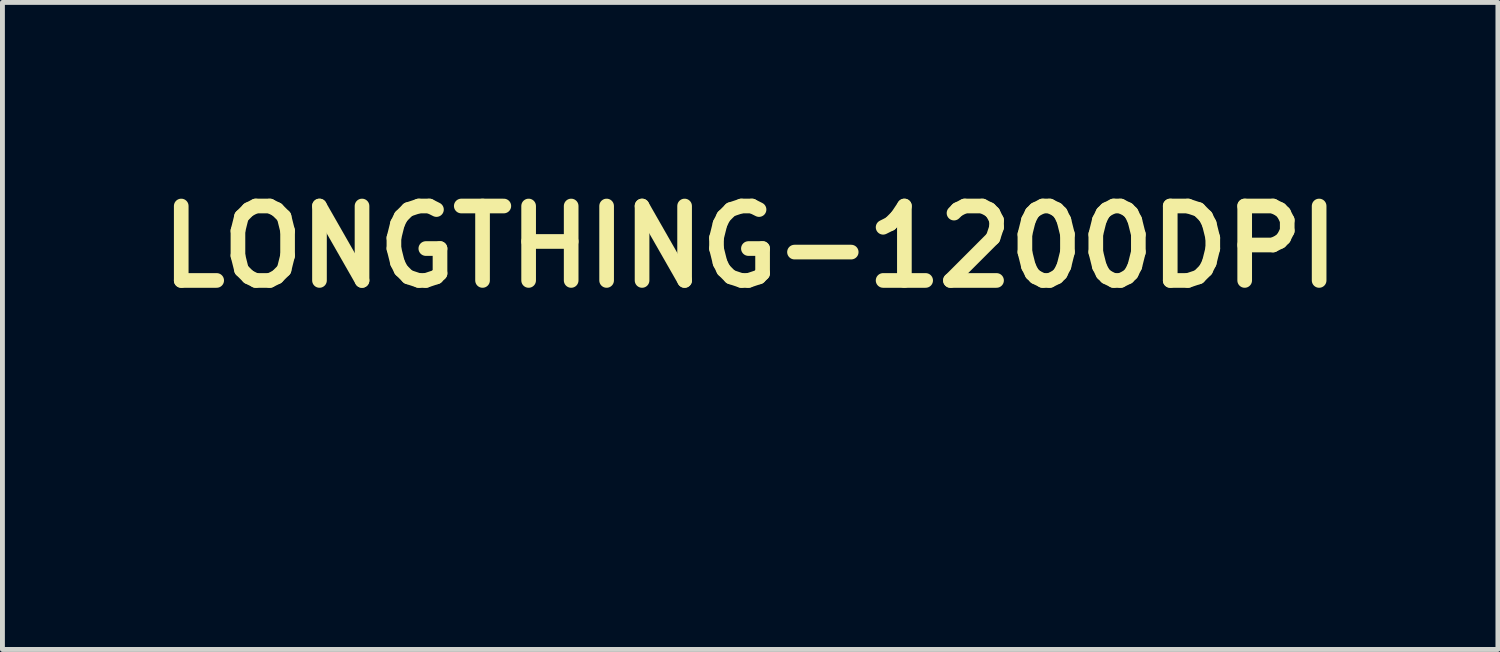
<source format=kicad_pcb>
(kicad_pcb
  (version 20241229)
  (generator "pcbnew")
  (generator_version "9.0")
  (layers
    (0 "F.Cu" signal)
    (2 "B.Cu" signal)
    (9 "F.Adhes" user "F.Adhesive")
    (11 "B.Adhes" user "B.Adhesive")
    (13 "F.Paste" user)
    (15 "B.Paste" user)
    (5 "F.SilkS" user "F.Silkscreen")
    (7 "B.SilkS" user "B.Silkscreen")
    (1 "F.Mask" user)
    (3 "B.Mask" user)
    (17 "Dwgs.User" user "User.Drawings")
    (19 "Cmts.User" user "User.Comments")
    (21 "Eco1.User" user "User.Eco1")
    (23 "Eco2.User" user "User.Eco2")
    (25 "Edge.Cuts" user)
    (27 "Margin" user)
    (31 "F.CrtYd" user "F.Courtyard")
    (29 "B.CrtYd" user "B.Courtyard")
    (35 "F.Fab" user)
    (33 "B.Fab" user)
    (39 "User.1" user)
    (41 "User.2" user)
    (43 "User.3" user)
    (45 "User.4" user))
  (footprint "LONGTHING-1200DPI"
    (layer "F.Cu")
    (at 9.308 4.002)
    (property "Reference" "LONGTHING-1200DPI" (at 3 -2 0) (layer "F.SilkS") (effects (font (size 1.524 1.524) (thickness 0.3))))
    (attr board_only exclude_from_pos_files exclude_from_bom)
    (fp_poly (pts (xy -4.741 0.138) (xy -4.759 0.163) (xy -4.784 0.169) (xy -4.818 0.156) (xy -4.826 0.138) (xy -4.808 0.112) (xy -4.784 0.106) (xy -4.749 0.119) (xy -4.741 0.138)) (stroke (width 0.1) (type solid)) (fill yes) (layer "F.Mask"))
    (fp_poly (pts (xy -3.598 0.138) (xy -3.615 0.166) (xy -3.63 0.169) (xy -3.658 0.152) (xy -3.662 0.138) (xy -3.645 0.11) (xy -3.63 0.106) (xy -3.602 0.123) (xy -3.598 0.138)) (stroke (width 0.1) (type solid)) (fill yes) (layer "F.Mask"))
    (fp_poly (pts (xy -3.217 0.815) (xy -3.235 0.841) (xy -3.26 0.847) (xy -3.294 0.833) (xy -3.302 0.815) (xy -3.284 0.789) (xy -3.26 0.783) (xy -3.225 0.796) (xy -3.217 0.815)) (stroke (width 0.1) (type solid)) (fill yes) (layer "F.Mask"))
    (fp_poly (pts (xy -3.154 1.037) (xy -3.163 1.088) (xy -3.186 1.101) (xy -3.211 1.082) (xy -3.217 1.037) (xy -3.208 0.987) (xy -3.186 0.974) (xy -3.16 0.993) (xy -3.154 1.037)) (stroke (width 0.1) (type solid)) (fill yes) (layer "F.Mask"))
    (fp_poly (pts (xy -2.815 2.043) (xy -2.832 2.071) (xy -2.847 2.074) (xy -2.875 2.057) (xy -2.879 2.043) (xy -2.862 2.015) (xy -2.847 2.011) (xy -2.819 2.028) (xy -2.815 2.043)) (stroke (width 0.1) (type solid)) (fill yes) (layer "F.Mask"))
    (fp_poly (pts (xy -2.688 -0.624) (xy -2.705 -0.596) (xy -2.72 -0.593) (xy -2.748 -0.61) (xy -2.752 -0.624) (xy -2.735 -0.652) (xy -2.72 -0.656) (xy -2.692 -0.639) (xy -2.688 -0.624)) (stroke (width 0.1) (type solid)) (fill yes) (layer "F.Mask"))
    (fp_poly (pts (xy -2.413 0.836) (xy -2.431 0.862) (xy -2.455 0.868) (xy -2.49 0.855) (xy -2.498 0.836) (xy -2.48 0.81) (xy -2.455 0.804) (xy -2.421 0.818) (xy -2.413 0.836)) (stroke (width 0.1) (type solid)) (fill yes) (layer "F.Mask"))
    (fp_poly (pts (xy -2.328 0.624) (xy -2.345 0.652) (xy -2.36 0.656) (xy -2.388 0.639) (xy -2.392 0.624) (xy -2.375 0.596) (xy -2.36 0.593) (xy -2.332 0.61) (xy -2.328 0.624)) (stroke (width 0.1) (type solid)) (fill yes) (layer "F.Mask"))
    (fp_poly (pts (xy -1.693 0.011) (xy -1.71 0.039) (xy -1.725 0.042) (xy -1.753 0.025) (xy -1.757 0.011) (xy -1.74 -0.017) (xy -1.725 -0.021) (xy -1.697 -0.004) (xy -1.693 0.011)) (stroke (width 0.1) (type solid)) (fill yes) (layer "F.Mask"))
    (fp_poly (pts (xy -1.693 0.307) (xy -1.71 0.335) (xy -1.725 0.339) (xy -1.753 0.322) (xy -1.757 0.307) (xy -1.74 0.279) (xy -1.725 0.275) (xy -1.697 0.292) (xy -1.693 0.307)) (stroke (width 0.1) (type solid)) (fill yes) (layer "F.Mask"))
    (fp_poly (pts (xy -1.566 -0.307) (xy -1.583 -0.279) (xy -1.598 -0.275) (xy -1.626 -0.292) (xy -1.63 -0.307) (xy -1.613 -0.335) (xy -1.598 -0.339) (xy -1.57 -0.322) (xy -1.566 -0.307)) (stroke (width 0.1) (type solid)) (fill yes) (layer "F.Mask"))
    (fp_poly (pts (xy -1.228 0.212) (xy -1.241 0.246) (xy -1.259 0.254) (xy -1.285 0.236) (xy -1.291 0.212) (xy -1.278 0.177) (xy -1.259 0.169) (xy -1.234 0.187) (xy -1.228 0.212)) (stroke (width 0.1) (type solid)) (fill yes) (layer "F.Mask"))
    (fp_poly (pts (xy -1.122 -1.556) (xy -1.139 -1.528) (xy -1.154 -1.524) (xy -1.182 -1.541) (xy -1.185 -1.556) (xy -1.168 -1.584) (xy -1.154 -1.587) (xy -1.126 -1.571) (xy -1.122 -1.556)) (stroke (width 0.1) (type solid)) (fill yes) (layer "F.Mask"))
    (fp_poly (pts (xy -0.804 2.847) (xy -0.821 2.875) (xy -0.836 2.879) (xy -0.864 2.862) (xy -0.868 2.847) (xy -0.851 2.819) (xy -0.836 2.815) (xy -0.808 2.832) (xy -0.804 2.847)) (stroke (width 0.1) (type solid)) (fill yes) (layer "F.Mask"))
    (fp_poly (pts (xy -0.402 1.154) (xy -0.419 1.182) (xy -0.434 1.185) (xy -0.462 1.168) (xy -0.466 1.154) (xy -0.449 1.126) (xy -0.434 1.122) (xy -0.406 1.139) (xy -0.402 1.154)) (stroke (width 0.1) (type solid)) (fill yes) (layer "F.Mask"))
    (fp_poly (pts (xy -0.106 1.069) (xy -0.123 1.097) (xy -0.138 1.101) (xy -0.166 1.084) (xy -0.169 1.069) (xy -0.152 1.041) (xy -0.138 1.037) (xy -0.11 1.054) (xy -0.106 1.069)) (stroke (width 0.1) (type solid)) (fill yes) (layer "F.Mask"))
    (fp_poly (pts (xy 0.377 1.185) (xy 0.357 1.214) (xy 0.333 1.224) (xy 0.303 1.216) (xy 0.296 1.187) (xy 0.31 1.151) (xy 0.34 1.143) (xy 0.372 1.156) (xy 0.377 1.185)) (stroke (width 0.1) (type solid)) (fill yes) (layer "F.Mask"))
    (fp_poly (pts (xy 0.614 1.175) (xy 0.597 1.203) (xy 0.582 1.206) (xy 0.554 1.19) (xy 0.55 1.175) (xy 0.567 1.147) (xy 0.582 1.143) (xy 0.61 1.16) (xy 0.614 1.175)) (stroke (width 0.1) (type solid)) (fill yes) (layer "F.Mask"))
    (fp_poly (pts (xy 0.635 1.323) (xy 0.618 1.351) (xy 0.603 1.355) (xy 0.575 1.338) (xy 0.572 1.323) (xy 0.588 1.295) (xy 0.603 1.291) (xy 0.631 1.308) (xy 0.635 1.323)) (stroke (width 0.1) (type solid)) (fill yes) (layer "F.Mask"))
    (fp_poly (pts (xy 1.164 1.386) (xy 1.147 1.414) (xy 1.132 1.418) (xy 1.104 1.401) (xy 1.101 1.386) (xy 1.118 1.358) (xy 1.132 1.355) (xy 1.16 1.372) (xy 1.164 1.386)) (stroke (width 0.1) (type solid)) (fill yes) (layer "F.Mask"))
    (fp_poly (pts (xy 1.249 1.535) (xy 1.232 1.563) (xy 1.217 1.566) (xy 1.189 1.549) (xy 1.185 1.535) (xy 1.202 1.507) (xy 1.217 1.503) (xy 1.245 1.52) (xy 1.249 1.535)) (stroke (width 0.1) (type solid)) (fill yes) (layer "F.Mask"))
    (fp_poly (pts (xy 1.503 1.217) (xy 1.486 1.245) (xy 1.471 1.249) (xy 1.443 1.232) (xy 1.439 1.217) (xy 1.456 1.189) (xy 1.471 1.185) (xy 1.499 1.202) (xy 1.503 1.217)) (stroke (width 0.1) (type solid)) (fill yes) (layer "F.Mask"))
    (fp_poly (pts (xy 1.736 1.535) (xy 1.719 1.563) (xy 1.704 1.566) (xy 1.676 1.549) (xy 1.672 1.535) (xy 1.689 1.507) (xy 1.704 1.503) (xy 1.732 1.52) (xy 1.736 1.535)) (stroke (width 0.1) (type solid)) (fill yes) (layer "F.Mask"))
    (fp_poly (pts (xy 1.415 1.175) (xy 1.408 1.205) (xy 1.384 1.24) (xy 1.355 1.246) (xy 1.335 1.222) (xy 1.333 1.206) (xy 1.348 1.165) (xy 1.366 1.15) (xy 1.404 1.147) (xy 1.415 1.175)) (stroke (width 0.1) (type solid)) (fill yes) (layer "F.Mask"))
    (fp_poly (pts (xy -2.205 0.414) (xy -2.206 0.451) (xy -2.214 0.475) (xy -2.237 0.5) (xy -2.267 0.508) (xy -2.285 0.495) (xy -2.286 0.489) (xy -2.274 0.439) (xy -2.246 0.407) (xy -2.231 0.402) (xy -2.205 0.414)) (stroke (width 0.1) (type solid)) (fill yes) (layer "F.Mask"))
    (fp_poly (pts (xy -1.973 -0.651) (xy -1.978 -0.623) (xy -2.016 -0.614) (xy -2.021 -0.614) (xy -2.062 -0.621) (xy -2.071 -0.647) (xy -2.07 -0.651) (xy -2.046 -0.681) (xy -2.021 -0.688) (xy -1.984 -0.672) (xy -1.973 -0.651)) (stroke (width 0.1) (type solid)) (fill yes) (layer "F.Mask"))
    (fp_poly (pts (xy -0.384 2.748) (xy -0.39 2.779) (xy -0.429 2.802) (xy -0.48 2.813) (xy -0.502 2.805) (xy -0.508 2.772) (xy -0.508 2.762) (xy -0.496 2.72) (xy -0.46 2.71) (xy -0.414 2.722) (xy -0.384 2.748)) (stroke (width 0.1) (type solid)) (fill yes) (layer "F.Mask"))
    (fp_poly (pts (xy -4.11 0.577) (xy -4.115 0.603) (xy -4.149 0.613) (xy -4.168 0.614) (xy -4.215 0.608) (xy -4.232 0.584) (xy -4.233 0.57) (xy -4.225 0.539) (xy -4.192 0.532) (xy -4.175 0.533) (xy -4.127 0.551) (xy -4.11 0.577)) (stroke (width 0.1) (type solid)) (fill yes) (layer "F.Mask"))
    (fp_poly (pts (xy -3.793 0.503) (xy -3.818 0.534) (xy -3.871 0.544) (xy -3.921 0.536) (xy -3.958 0.517) (xy -3.959 0.493) (xy -3.929 0.474) (xy -3.873 0.466) (xy -3.872 0.466) (xy -3.817 0.469) (xy -3.794 0.482) (xy -3.793 0.503)) (stroke (width 0.1) (type solid)) (fill yes) (layer "F.Mask"))
    (fp_poly (pts (xy -1.312 2.814) (xy -1.324 2.847) (xy -1.364 2.857) (xy -1.367 2.857) (xy -1.407 2.85) (xy -1.415 2.823) (xy -1.414 2.82) (xy -1.39 2.788) (xy -1.36 2.777) (xy -1.323 2.781) (xy -1.312 2.813) (xy -1.312 2.814)) (stroke (width 0.1) (type solid)) (fill yes) (layer "F.Mask"))
    (fp_poly (pts (xy -2.498 2.794) (xy -2.501 2.85) (xy -2.516 2.874) (xy -2.539 2.879) (xy -2.578 2.861) (xy -2.592 2.838) (xy -2.592 2.79) (xy -2.571 2.743) (xy -2.538 2.713) (xy -2.524 2.709) (xy -2.505 2.729) (xy -2.498 2.785) (xy -2.498 2.794)) (stroke (width 0.1) (type solid)) (fill yes) (layer "F.Mask"))
    (fp_poly (pts (xy -1.947 1.172) (xy -1.965 1.202) (xy -2.008 1.223) (xy -2.059 1.229) (xy -2.099 1.217) (xy -2.103 1.214) (xy -2.12 1.179) (xy -2.099 1.155) (xy -2.045 1.143) (xy -2.032 1.143) (xy -1.971 1.149) (xy -1.948 1.168) (xy -1.947 1.172)) (stroke (width 0.1) (type solid)) (fill yes) (layer "F.Mask"))
    (fp_poly (pts (xy -1.016 2.868) (xy -1.03 2.89) (xy -1.076 2.899) (xy -1.101 2.9) (xy -1.16 2.895) (xy -1.184 2.877) (xy -1.185 2.868) (xy -1.171 2.846) (xy -1.125 2.837) (xy -1.101 2.836) (xy -1.042 2.842) (xy -1.018 2.859) (xy -1.016 2.868)) (stroke (width 0.1) (type solid)) (fill yes) (layer "F.Mask"))
    (fp_poly (pts (xy -0.466 0.973) (xy -0.471 1.019) (xy -0.495 1.035) (xy -0.52 1.037) (xy -0.557 1.033) (xy -0.567 1.013) (xy -0.56 0.968) (xy -0.547 0.914) (xy -0.533 0.891) (xy -0.512 0.892) (xy -0.498 0.896) (xy -0.473 0.926) (xy -0.466 0.973)) (stroke (width 0.1) (type solid)) (fill yes) (layer "F.Mask"))
    (fp_poly (pts (xy -0.318 2.868) (xy -0.33 2.889) (xy -0.372 2.899) (xy -0.413 2.9) (xy -0.476 2.896) (xy -0.504 2.882) (xy -0.508 2.868) (xy -0.496 2.847) (xy -0.453 2.838) (xy -0.413 2.836) (xy -0.35 2.84) (xy -0.321 2.855) (xy -0.318 2.868)) (stroke (width 0.1) (type solid)) (fill yes) (layer "F.Mask"))
    (fp_poly (pts (xy -1.566 2.865) (xy -1.586 2.89) (xy -1.641 2.909) (xy -1.724 2.919) (xy -1.781 2.921) (xy -1.835 2.917) (xy -1.859 2.902) (xy -1.863 2.879) (xy -1.859 2.856) (xy -1.841 2.844) (xy -1.8 2.838) (xy -1.726 2.836) (xy -1.714 2.836) (xy -1.632 2.839) (xy -1.585 2.846) (xy -1.567 2.86) (xy -1.566 2.865)) (stroke (width 0.1) (type solid)) (fill yes) (layer "F.Mask"))
    (fp_poly (pts (xy -0.91 1.556) (xy -0.927 1.584) (xy -0.942 1.587) (xy -0.97 1.571) (xy -0.974 1.556) (xy -0.991 1.53) (xy -1.016 1.524) (xy -1.051 1.51) (xy -1.055 1.477) (xy -1.033 1.444) (xy -0.992 1.419) (xy -0.962 1.432) (xy -0.953 1.471) (xy -0.945 1.511) (xy -0.931 1.524) (xy -0.913 1.541) (xy -0.91 1.556)) (stroke (width 0.1) (type solid)) (fill yes) (layer "F.Mask"))
    (fp_poly (pts (xy -2.455 -0.926) (xy -2.472 -0.912) (xy -2.511 -0.911) (xy -2.553 -0.921) (xy -2.578 -0.937) (xy -2.592 -0.971) (xy -2.606 -1.033) (xy -2.615 -1.096) (xy -2.622 -1.168) (xy -2.621 -1.209) (xy -2.61 -1.225) (xy -2.596 -1.228) (xy -2.566 -1.209) (xy -2.55 -1.169) (xy -2.533 -1.113) (xy -2.505 -1.045) (xy -2.497 -1.027) (xy -2.472 -0.972) (xy -2.457 -0.934) (xy -2.455 -0.926)) (stroke (width 0.1) (type solid)) (fill yes) (layer "F.Mask"))
    (fp_poly (pts (xy 1.482 2.529) (xy 1.463 2.556) (xy 1.42 2.575) (xy 1.37 2.581) (xy 1.347 2.576) (xy 1.326 2.578) (xy 1.328 2.605) (xy 1.329 2.632) (xy 1.305 2.644) (xy 1.262 2.646) (xy 1.206 2.639) (xy 1.186 2.619) (xy 1.185 2.614) (xy 1.197 2.586) (xy 1.206 2.582) (xy 1.224 2.565) (xy 1.228 2.54) (xy 1.232 2.516) (xy 1.253 2.504) (xy 1.298 2.498) (xy 1.355 2.498) (xy 1.429 2.5) (xy 1.468 2.509) (xy 1.481 2.526) (xy 1.482 2.529)) (stroke (width 0.1) (type solid)) (fill yes) (layer "F.Mask"))
    (fp_poly (pts (xy -1.524 -1.003) (xy -1.541 -0.911) (xy -1.586 -0.833) (xy -1.652 -0.783) (xy -1.655 -0.781) (xy -1.697 -0.755) (xy -1.714 -0.728) (xy -1.732 -0.705) (xy -1.785 -0.704) (xy -1.826 -0.713) (xy -1.855 -0.734) (xy -1.861 -0.763) (xy -1.841 -0.782) (xy -1.831 -0.783) (xy -1.803 -0.793) (xy -1.799 -0.802) (xy -1.783 -0.824) (xy -1.741 -0.855) (xy -1.723 -0.866) (xy -1.648 -0.935) (xy -1.614 -0.995) (xy -1.583 -1.055) (xy -1.554 -1.078) (xy -1.533 -1.063) (xy -1.524 -1.01) (xy -1.524 -1.003)) (stroke (width 0.1) (type solid)) (fill yes) (layer "F.Mask"))
    (fp_poly (pts (xy -1.801 -1.002) (xy -1.805 -0.968) (xy -1.832 -0.923) (xy -1.855 -0.899) (xy -1.91 -0.862) (xy -1.978 -0.847) (xy -2.009 -0.846) (xy -2.078 -0.844) (xy -2.135 -0.839) (xy -2.148 -0.837) (xy -2.203 -0.837) (xy -2.236 -0.846) (xy -2.286 -0.882) (xy -2.333 -0.94) (xy -2.364 -1.002) (xy -2.371 -1.035) (xy -2.36 -1.072) (xy -2.334 -1.075) (xy -2.296 -1.044) (xy -2.275 -1.016) (xy -2.212 -0.955) (xy -2.154 -0.93) (xy -2.102 -0.92) (xy -2.054 -0.925) (xy -1.993 -0.948) (xy -1.961 -0.962) (xy -1.896 -0.991) (xy -1.845 -1.011) (xy -1.824 -1.016) (xy -1.801 -1.002)) (stroke (width 0.1) (type solid)) (fill yes) (layer "F.Mask"))
    (fp_poly (pts (xy 1.102 2.954) (xy 1.079 2.974) (xy 1.024 2.984) (xy 1.007 2.985) (xy 0.91 2.999) (xy 0.794 3.041) (xy 0.78 3.048) (xy 0.636 3.098) (xy 0.493 3.114) (xy 0.36 3.096) (xy 0.281 3.064) (xy 0.192 3.017) (xy 0.078 3.075) (xy -0.023 3.121) (xy -0.101 3.146) (xy -0.15 3.148) (xy -0.169 3.127) (xy -0.169 3.125) (xy -0.152 3.096) (xy -0.13 3.09) (xy -0.089 3.079) (xy -0.033 3.05) (xy -0.008 3.034) (xy 0.076 2.982) (xy 0.141 2.956) (xy 0.2 2.955) (xy 0.267 2.977) (xy 0.306 2.996) (xy 0.42 3.037) (xy 0.535 3.043) (xy 0.659 3.014) (xy 0.73 2.985) (xy 0.865 2.932) (xy 0.975 2.911) (xy 1.041 2.914) (xy 1.091 2.932) (xy 1.102 2.954)) (stroke (width 0.1) (type solid)) (fill yes) (layer "F.Mask"))
    (fp_poly (pts (xy 0.949 2.583) (xy 0.945 2.641) (xy 0.928 2.673) (xy 0.893 2.692) (xy 0.831 2.718) (xy 0.769 2.744) (xy 0.699 2.765) (xy 0.627 2.773) (xy 0.577 2.778) (xy 0.551 2.791) (xy 0.55 2.794) (xy 0.545 2.808) (xy 0.525 2.812) (xy 0.48 2.806) (xy 0.413 2.793) (xy 0.334 2.781) (xy 0.255 2.774) (xy 0.249 2.774) (xy 0.189 2.764) (xy 0.166 2.74) (xy 0.18 2.71) (xy 0.23 2.68) (xy 0.251 2.673) (xy 0.342 2.648) (xy 0.452 2.623) (xy 0.566 2.601) (xy 0.67 2.584) (xy 0.75 2.576) (xy 0.756 2.575) (xy 0.815 2.569) (xy 0.842 2.553) (xy 0.847 2.535) (xy 0.863 2.504) (xy 0.897 2.498) (xy 0.93 2.503) (xy 0.944 2.526) (xy 0.949 2.579) (xy 0.949 2.583)) (stroke (width 0.1) (type solid)) (fill yes) (layer "F.Mask"))
    (fp_poly (pts (xy 2.688 2.316) (xy 2.669 2.345) (xy 2.617 2.369) (xy 2.542 2.386) (xy 2.457 2.393) (xy 2.389 2.4) (xy 2.332 2.416) (xy 2.319 2.424) (xy 2.27 2.444) (xy 2.196 2.454) (xy 2.166 2.455) (xy 2.045 2.471) (xy 1.971 2.499) (xy 1.894 2.529) (xy 1.822 2.53) (xy 1.811 2.528) (xy 1.755 2.524) (xy 1.736 2.537) (xy 1.736 2.538) (xy 1.718 2.555) (xy 1.683 2.561) (xy 1.64 2.55) (xy 1.63 2.529) (xy 1.647 2.503) (xy 1.667 2.498) (xy 1.704 2.48) (xy 1.725 2.451) (xy 1.747 2.423) (xy 1.787 2.402) (xy 1.856 2.385) (xy 1.891 2.378) (xy 1.969 2.361) (xy 2.033 2.341) (xy 2.069 2.324) (xy 2.106 2.309) (xy 2.172 2.297) (xy 2.242 2.291) (xy 2.334 2.286) (xy 2.428 2.279) (xy 2.482 2.273) (xy 2.575 2.268) (xy 2.644 2.277) (xy 2.682 2.299) (xy 2.688 2.316)) (stroke (width 0.1) (type solid)) (fill yes) (layer "F.Mask"))
    (fp_poly (pts (xy -1.736 -1.264) (xy -1.742 -1.239) (xy -1.77 -1.234) (xy -1.81 -1.24) (xy -1.859 -1.246) (xy -1.88 -1.236) (xy -1.884 -1.213) (xy -1.902 -1.155) (xy -1.951 -1.112) (xy -2.001 -1.092) (xy -2.001 -1.209) (xy -2.005 -1.221) (xy -2.045 -1.227) (xy -2.058 -1.228) (xy -2.121 -1.231) (xy -2.17 -1.239) (xy -2.173 -1.24) (xy -2.191 -1.242) (xy -2.175 -1.223) (xy -2.159 -1.209) (xy -2.095 -1.179) (xy -2.032 -1.188) (xy -2.001 -1.209) (xy -2.001 -1.092) (xy -2.019 -1.086) (xy -2.096 -1.079) (xy -2.171 -1.095) (xy -2.23 -1.131) (xy -2.274 -1.184) (xy -2.283 -1.226) (xy -2.257 -1.253) (xy -2.249 -1.255) (xy -2.23 -1.263) (xy -2.252 -1.267) (xy -2.26 -1.268) (xy -2.286 -1.276) (xy -2.286 -1.344) (xy -2.297 -1.355) (xy -2.307 -1.344) (xy -2.297 -1.333) (xy -2.286 -1.344) (xy -2.286 -1.276) (xy -2.297 -1.28) (xy -2.309 -1.296) (xy -2.316 -1.301) (xy -2.329 -1.275) (xy -2.355 -1.24) (xy -2.386 -1.228) (xy -2.409 -1.242) (xy -2.413 -1.26) (xy -2.403 -1.312) (xy -2.38 -1.369) (xy -2.35 -1.416) (xy -2.322 -1.439) (xy -2.319 -1.439) (xy -2.29 -1.431) (xy -2.286 -1.423) (xy -2.267 -1.417) (xy -2.216 -1.413) (xy -2.145 -1.412) (xy -2.063 -1.413) (xy -1.983 -1.418) (xy -1.914 -1.424) (xy -1.89 -1.428) (xy -1.841 -1.432) (xy -1.809 -1.415) (xy -1.778 -1.371) (xy -1.75 -1.316) (xy -1.736 -1.269) (xy -1.736 -1.264)) (stroke (width 0.1) (type solid)) (fill yes) (layer "F.Mask"))
    (fp_poly (pts (xy 4.045 2.002) (xy 4.027 2.062) (xy 3.973 2.143) (xy 3.935 2.187) (xy 3.825 2.291) (xy 3.706 2.365) (xy 3.569 2.41) (xy 3.407 2.432) (xy 3.314 2.434) (xy 3.205 2.441) (xy 3.099 2.465) (xy 2.984 2.509) (xy 2.873 2.563) (xy 2.785 2.602) (xy 2.691 2.634) (xy 2.635 2.648) (xy 2.554 2.669) (xy 2.458 2.702) (xy 2.376 2.736) (xy 2.31 2.765) (xy 2.251 2.785) (xy 2.186 2.799) (xy 2.105 2.808) (xy 1.995 2.816) (xy 1.969 2.818) (xy 1.829 2.828) (xy 1.706 2.844) (xy 1.606 2.862) (xy 1.535 2.882) (xy 1.503 2.902) (xy 1.459 2.932) (xy 1.386 2.958) (xy 1.318 2.973) (xy 1.26 2.98) (xy 1.234 2.974) (xy 1.228 2.955) (xy 1.243 2.925) (xy 1.259 2.921) (xy 1.299 2.914) (xy 1.358 2.897) (xy 1.421 2.876) (xy 1.474 2.854) (xy 1.502 2.838) (xy 1.503 2.837) (xy 1.543 2.802) (xy 1.612 2.775) (xy 1.713 2.758) (xy 1.851 2.747) (xy 1.92 2.744) (xy 2.035 2.741) (xy 2.118 2.736) (xy 2.18 2.727) (xy 2.233 2.712) (xy 2.287 2.69) (xy 2.329 2.671) (xy 2.416 2.634) (xy 2.506 2.604) (xy 2.572 2.59) (xy 2.653 2.569) (xy 2.758 2.527) (xy 2.878 2.468) (xy 2.879 2.468) (xy 3.08 2.361) (xy 3.323 2.358) (xy 3.472 2.352) (xy 3.579 2.34) (xy 3.641 2.323) (xy 3.712 2.282) (xy 3.792 2.218) (xy 3.868 2.144) (xy 3.924 2.072) (xy 3.926 2.07) (xy 3.948 2.03) (xy 3.944 2.012) (xy 3.907 2.001) (xy 3.902 2) (xy 3.839 1.982) (xy 3.772 1.957) (xy 3.717 1.933) (xy 3.693 1.93) (xy 3.696 1.946) (xy 3.709 1.968) (xy 3.723 2.004) (xy 3.704 2.033) (xy 3.693 2.041) (xy 3.65 2.066) (xy 3.625 2.074) (xy 3.601 2.091) (xy 3.598 2.106) (xy 3.581 2.133) (xy 3.561 2.139) (xy 3.515 2.151) (xy 3.484 2.17) (xy 3.425 2.191) (xy 3.362 2.188) (xy 3.302 2.184) (xy 3.281 2.197) (xy 3.281 2.199) (xy 3.263 2.219) (xy 3.245 2.223) (xy 3.202 2.236) (xy 3.173 2.256) (xy 3.117 2.285) (xy 3.036 2.302) (xy 2.945 2.305) (xy 2.891 2.298) (xy 2.84 2.284) (xy 2.819 2.26) (xy 2.815 2.222) (xy 2.825 2.172) (xy 2.847 2.159) (xy 2.873 2.141) (xy 2.879 2.117) (xy 2.887 2.082) (xy 2.918 2.077) (xy 2.951 2.087) (xy 2.979 2.115) (xy 2.981 2.154) (xy 2.956 2.184) (xy 2.947 2.187) (xy 2.922 2.195) (xy 2.938 2.198) (xy 2.946 2.199) (xy 2.984 2.19) (xy 2.995 2.18) (xy 3.023 2.166) (xy 3.075 2.159) (xy 3.081 2.159) (xy 3.132 2.154) (xy 3.152 2.135) (xy 3.154 2.117) (xy 3.168 2.081) (xy 3.188 2.074) (xy 3.243 2.063) (xy 3.301 2.036) (xy 3.346 2.001) (xy 3.365 1.967) (xy 3.365 1.966) (xy 3.382 1.932) (xy 3.407 1.926) (xy 3.447 1.916) (xy 3.461 1.905) (xy 3.491 1.887) (xy 3.515 1.884) (xy 3.549 1.871) (xy 3.556 1.854) (xy 3.537 1.821) (xy 3.486 1.802) (xy 3.448 1.799) (xy 3.414 1.783) (xy 3.408 1.758) (xy 3.391 1.715) (xy 3.367 1.694) (xy 3.324 1.675) (xy 3.305 1.682) (xy 3.302 1.714) (xy 3.288 1.748) (xy 3.256 1.757) (xy 3.224 1.74) (xy 3.212 1.716) (xy 3.19 1.686) (xy 3.157 1.686) (xy 3.108 1.681) (xy 3.066 1.65) (xy 3.048 1.607) (xy 3.066 1.591) (xy 3.12 1.594) (xy 3.122 1.594) (xy 3.171 1.6) (xy 3.195 1.598) (xy 3.196 1.596) (xy 3.177 1.579) (xy 3.125 1.554) (xy 3.049 1.522) (xy 2.955 1.488) (xy 2.852 1.454) (xy 2.748 1.424) (xy 2.72 1.416) (xy 2.601 1.386) (xy 2.517 1.367) (xy 2.462 1.358) (xy 2.43 1.36) (xy 2.416 1.371) (xy 2.413 1.386) (xy 2.394 1.415) (xy 2.348 1.433) (xy 2.287 1.436) (xy 2.254 1.431) (xy 2.21 1.404) (xy 2.2 1.37) (xy 2.195 1.344) (xy 2.187 1.349) (xy 2.162 1.372) (xy 2.126 1.374) (xy 2.099 1.357) (xy 2.095 1.344) (xy 2.112 1.316) (xy 2.127 1.312) (xy 2.155 1.301) (xy 2.159 1.291) (xy 2.141 1.274) (xy 2.118 1.27) (xy 2.08 1.258) (xy 2.067 1.244) (xy 2.059 1.242) (xy 2.055 1.274) (xy 2.055 1.275) (xy 2.047 1.317) (xy 2.02 1.332) (xy 1.99 1.333) (xy 1.945 1.327) (xy 1.926 1.313) (xy 1.926 1.312) (xy 1.909 1.294) (xy 1.889 1.291) (xy 1.856 1.279) (xy 1.856 1.136) (xy 1.84 1.123) (xy 1.82 1.111) (xy 1.76 1.084) (xy 1.724 1.087) (xy 1.707 1.111) (xy 1.708 1.132) (xy 1.736 1.141) (xy 1.784 1.142) (xy 1.839 1.141) (xy 1.856 1.136) (xy 1.856 1.279) (xy 1.847 1.276) (xy 1.813 1.247) (xy 1.78 1.219) (xy 1.736 1.212) (xy 1.692 1.217) (xy 1.632 1.222) (xy 1.609 1.21) (xy 1.609 1.208) (xy 1.591 1.19) (xy 1.566 1.185) (xy 1.532 1.172) (xy 1.524 1.154) (xy 1.518 1.133) (xy 1.493 1.121) (xy 1.441 1.118) (xy 1.36 1.121) (xy 1.301 1.12) (xy 1.275 1.109) (xy 1.27 1.091) (xy 1.287 1.054) (xy 1.302 1.045) (xy 1.33 1.017) (xy 1.333 1.001) (xy 1.32 0.979) (xy 1.3 0.982) (xy 1.262 0.993) (xy 1.25 0.995) (xy 1.241 1.012) (xy 1.244 1.048) (xy 1.239 1.089) (xy 1.215 1.103) (xy 1.187 1.086) (xy 1.178 1.069) (xy 1.149 1.041) (xy 1.13 1.037) (xy 1.089 1.054) (xy 1.069 1.073) (xy 1.069 1.004) (xy 1.064 0.976) (xy 1.018 0.939) (xy 0.996 0.926) (xy 0.95 0.902) (xy 0.924 0.9) (xy 0.904 0.918) (xy 0.899 0.925) (xy 0.883 0.974) (xy 0.892 1) (xy 0.924 1.03) (xy 0.978 1.035) (xy 1.033 1.024) (xy 1.069 1.004) (xy 1.069 1.073) (xy 1.047 1.093) (xy 1.02 1.139) (xy 1.016 1.157) (xy 0.999 1.182) (xy 0.984 1.185) (xy 0.941 1.196) (xy 0.907 1.212) (xy 0.871 1.228) (xy 0.854 1.216) (xy 0.853 1.212) (xy 0.826 1.189) (xy 0.807 1.185) (xy 0.773 1.166) (xy 0.744 1.111) (xy 0.743 1.109) (xy 0.728 1.069) (xy 0.711 1.049) (xy 0.682 1.045) (xy 0.631 1.056) (xy 0.621 1.059) (xy 0.621 0.937) (xy 0.6 0.91) (xy 0.572 0.89) (xy 0.526 0.863) (xy 0.495 0.855) (xy 0.491 0.857) (xy 0.495 0.877) (xy 0.513 0.892) (xy 0.544 0.923) (xy 0.55 0.943) (xy 0.561 0.971) (xy 0.595 0.964) (xy 0.61 0.955) (xy 0.621 0.937) (xy 0.621 1.059) (xy 0.577 1.071) (xy 0.538 1.073) (xy 0.529 1.058) (xy 0.518 1.043) (xy 0.503 1.051) (xy 0.456 1.076) (xy 0.396 1.098) (xy 0.338 1.111) (xy 0.298 1.112) (xy 0.294 1.11) (xy 0.28 1.079) (xy 0.282 1.022) (xy 0.282 1.022) (xy 0.286 0.97) (xy 0.273 0.945) (xy 0.253 0.937) (xy 0.219 0.916) (xy 0.214 0.888) (xy 0.238 0.869) (xy 0.252 0.868) (xy 0.288 0.855) (xy 0.307 0.826) (xy 0.301 0.798) (xy 0.295 0.793) (xy 0.272 0.798) (xy 0.262 0.814) (xy 0.236 0.843) (xy 0.221 0.847) (xy 0.194 0.853) (xy 0.181 0.878) (xy 0.183 0.928) (xy 0.197 1.011) (xy 0.2 1.027) (xy 0.217 1.134) (xy 0.218 1.217) (xy 0.205 1.271) (xy 0.178 1.291) (xy 0.177 1.291) (xy 0.148 1.299) (xy 0.148 0.711) (xy 0.132 0.698) (xy 0.116 0.691) (xy 0.089 0.69) (xy 0.085 0.699) (xy 0.102 0.717) (xy 0.116 0.72) (xy 0.145 0.715) (xy 0.148 0.711) (xy 0.148 1.299) (xy 0.136 1.302) (xy 0.107 1.317) (xy 0.064 1.331) (xy 0.045 1.314) (xy 0.056 1.274) (xy 0.058 1.271) (xy 0.071 1.243) (xy 0.054 1.24) (xy 0.041 1.243) (xy 0.008 1.242) (xy 0 1.229) (xy 0.016 1.191) (xy 0.051 1.156) (xy 0.083 1.143) (xy 0.099 1.125) (xy 0.106 1.083) (xy 0.097 1.037) (xy 0.085 1.031) (xy 0.085 0.963) (xy 0.074 0.953) (xy 0.064 0.963) (xy 0.074 0.974) (xy 0.085 0.963) (xy 0.085 1.031) (xy 0.069 1.023) (xy -0.012 1.021) (xy -0.06 1.013) (xy -0.081 0.994) (xy -0.085 0.974) (xy -0.098 0.931) (xy -0.131 0.885) (xy -0.169 0.853) (xy -0.188 0.847) (xy -0.207 0.829) (xy -0.22 0.795) (xy -0.254 0.745) (xy -0.307 0.717) (xy -0.361 0.689) (xy -0.38 0.659) (xy -0.362 0.633) (xy -0.349 0.627) (xy -0.321 0.598) (xy -0.318 0.581) (xy -0.309 0.559) (xy -0.275 0.557) (xy -0.254 0.561) (xy -0.205 0.565) (xy -0.193 0.551) (xy -0.217 0.526) (xy -0.246 0.511) (xy -0.29 0.497) (xy -0.322 0.511) (xy -0.338 0.529) (xy -0.378 0.562) (xy -0.386 0.564) (xy -0.386 0.476) (xy -0.388 0.473) (xy -0.401 0.476) (xy -0.402 0.487) (xy -0.394 0.504) (xy -0.388 0.501) (xy -0.386 0.476) (xy -0.386 0.564) (xy -0.409 0.57) (xy -0.423 0.55) (xy -0.423 0.549) (xy -0.435 0.543) (xy -0.457 0.56) (xy -0.469 0.576) (xy -0.469 0.458) (xy -0.473 0.452) (xy -0.498 0.449) (xy -0.501 0.452) (xy -0.498 0.464) (xy -0.487 0.466) (xy -0.469 0.458) (xy -0.469 0.576) (xy -0.476 0.585) (xy -0.474 0.611) (xy -0.446 0.652) (xy -0.439 0.662) (xy -0.378 0.753) (xy -0.335 0.847) (xy -0.304 0.959) (xy -0.295 1) (xy -0.278 1.079) (xy -0.261 1.123) (xy -0.241 1.141) (xy -0.229 1.143) (xy -0.196 1.154) (xy -0.195 1.179) (xy -0.224 1.209) (xy -0.248 1.222) (xy -0.311 1.245) (xy -0.346 1.241) (xy -0.359 1.207) (xy -0.36 1.191) (xy -0.368 1.109) (xy -0.388 1.055) (xy -0.418 1.037) (xy -0.439 1.025) (xy -0.436 0.986) (xy -0.438 0.928) (xy -0.464 0.843) (xy -0.48 0.804) (xy -0.536 0.674) (xy -0.573 0.756) (xy -0.595 0.815) (xy -0.597 0.825) (xy -0.597 0.497) (xy -0.6 0.494) (xy -0.612 0.497) (xy -0.614 0.508) (xy -0.606 0.525) (xy -0.6 0.522) (xy -0.597 0.497) (xy -0.597 0.825) (xy -0.618 0.901) (xy -0.638 0.996) (xy -0.643 1.02) (xy -0.672 1.157) (xy -0.705 1.257) (xy -0.72 1.283) (xy -0.72 0.857) (xy -0.722 0.854) (xy -0.722 0.396) (xy -0.723 0.328) (xy -0.728 0.243) (xy -0.73 0.219) (xy -0.742 0.118) (xy -0.759 0.058) (xy -0.78 0.041) (xy -0.783 0.043) (xy -0.783 -0.085) (xy -0.788 -0.098) (xy -0.788 -0.267) (xy -0.815 -0.275) (xy -0.836 -0.293) (xy -0.846 -0.338) (xy -0.847 -0.393) (xy -0.838 -0.445) (xy -0.819 -0.479) (xy -0.816 -0.481) (xy -0.798 -0.498) (xy -0.804 -0.525) (xy -0.826 -0.561) (xy -0.853 -0.596) (xy -0.867 -0.602) (xy -0.868 -0.598) (xy -0.885 -0.575) (xy -0.9 -0.572) (xy -0.928 -0.588) (xy -0.931 -0.603) (xy -0.92 -0.631) (xy -0.91 -0.635) (xy -0.891 -0.645) (xy -0.901 -0.676) (xy -0.942 -0.731) (xy -0.948 -0.739) (xy -1.007 -0.81) (xy -1.094 -0.719) (xy -1.157 -0.661) (xy -1.201 -0.64) (xy -1.214 -0.642) (xy -1.245 -0.669) (xy -1.239 -0.708) (xy -1.197 -0.753) (xy -1.187 -0.761) (xy -1.14 -0.807) (xy -1.115 -0.872) (xy -1.11 -0.9) (xy -1.097 -0.961) (xy -1.077 -0.99) (xy -1.056 -0.995) (xy -1.023 -1.009) (xy -1.016 -1.027) (xy -1.033 -1.055) (xy -1.048 -1.058) (xy -1.075 -1.075) (xy -1.079 -1.093) (xy -1.067 -1.117) (xy -1.037 -1.116) (xy -1.003 -1.117) (xy -0.995 -1.143) (xy -1.013 -1.178) (xy -1.037 -1.191) (xy -1.073 -1.22) (xy -1.079 -1.249) (xy -1.072 -1.283) (xy -1.04 -1.286) (xy -1.034 -1.284) (xy -1.009 -1.28) (xy -0.997 -1.292) (xy -0.995 -1.327) (xy -1 -1.394) (xy -1.021 -1.497) (xy -1.06 -1.608) (xy -1.113 -1.713) (xy -1.17 -1.795) (xy -1.188 -1.814) (xy -1.24 -1.864) (xy -1.291 -1.915) (xy -1.331 -1.948) (xy -1.349 -1.946) (xy -1.345 -1.909) (xy -1.324 -1.851) (xy -1.302 -1.787) (xy -1.291 -1.73) (xy -1.291 -1.722) (xy -1.306 -1.675) (xy -1.34 -1.654) (xy -1.381 -1.667) (xy -1.416 -1.681) (xy -1.477 -1.694) (xy -1.522 -1.7) (xy -1.59 -1.712) (xy -1.591 -1.713) (xy -1.591 -3.081) (xy -1.613 -3.089) (xy -1.632 -3.087) (xy -1.663 -3.079) (xy -1.676 -3.058) (xy -1.672 -3.016) (xy -1.66 -2.961) (xy -1.656 -2.923) (xy -1.673 -2.904) (xy -1.723 -2.891) (xy -1.723 -2.891) (xy -1.76 -2.884) (xy -1.76 -3) (xy -1.766 -3.002) (xy -1.796 -2.976) (xy -1.824 -2.942) (xy -1.828 -2.917) (xy -1.818 -2.904) (xy -1.806 -2.911) (xy -1.786 -2.947) (xy -1.778 -2.963) (xy -1.76 -3) (xy -1.76 -2.884) (xy -1.799 -2.877) (xy -1.746 -2.828) (xy -1.71 -2.783) (xy -1.693 -2.742) (xy -1.693 -2.74) (xy -1.689 -2.711) (xy -1.678 -2.718) (xy -1.662 -2.755) (xy -1.645 -2.815) (xy -1.634 -2.868) (xy -1.619 -2.945) (xy -1.604 -3.012) (xy -1.596 -3.045) (xy -1.591 -3.081) (xy -1.591 -1.713) (xy -1.599 -1.715) (xy -1.599 -2.177) (xy -1.61 -2.221) (xy -1.629 -2.268) (xy -1.655 -2.318) (xy -1.668 -2.331) (xy -1.672 -2.312) (xy -1.672 -2.311) (xy -1.672 -2.466) (xy -1.677 -2.47) (xy -1.677 -2.572) (xy -1.679 -2.575) (xy -1.692 -2.572) (xy -1.693 -2.561) (xy -1.686 -2.544) (xy -1.679 -2.547) (xy -1.677 -2.572) (xy -1.677 -2.47) (xy -1.683 -2.477) (xy -1.693 -2.466) (xy -1.683 -2.455) (xy -1.672 -2.466) (xy -1.672 -2.311) (xy -1.691 -2.251) (xy -1.742 -2.204) (xy -1.812 -2.181) (xy -1.828 -2.18) (xy -1.898 -2.193) (xy -1.936 -2.233) (xy -1.944 -2.303) (xy -1.943 -2.311) (xy -1.932 -2.362) (xy -1.902 -2.387) (xy -1.873 -2.395) (xy -1.837 -2.404) (xy -1.834 -2.41) (xy -1.836 -2.41) (xy -1.865 -2.429) (xy -1.896 -2.465) (xy -1.919 -2.525) (xy -1.91 -2.573) (xy -1.871 -2.601) (xy -1.847 -2.603) (xy -1.809 -2.605) (xy -1.809 -2.616) (xy -1.832 -2.635) (xy -1.874 -2.654) (xy -1.884 -2.656) (xy -1.884 -2.889) (xy -1.894 -2.9) (xy -1.905 -2.889) (xy -1.894 -2.879) (xy -1.884 -2.889) (xy -1.884 -2.656) (xy -1.905 -2.66) (xy -1.905 -2.847) (xy -1.916 -2.857) (xy -1.926 -2.847) (xy -1.916 -2.836) (xy -1.905 -2.847) (xy -1.905 -2.66) (xy -1.927 -2.664) (xy -1.976 -2.665) (xy -2.007 -2.655) (xy -2.011 -2.647) (xy -1.995 -2.621) (xy -1.978 -2.608) (xy -1.953 -2.573) (xy -1.948 -2.518) (xy -1.96 -2.46) (xy -1.988 -2.415) (xy -2.006 -2.403) (xy -2.041 -2.377) (xy -2.053 -2.348) (xy -2.036 -2.33) (xy -2.024 -2.328) (xy -1.994 -2.31) (xy -1.974 -2.266) (xy -1.967 -2.21) (xy -1.974 -2.159) (xy -1.996 -2.126) (xy -2.001 -2.124) (xy -2.038 -2.096) (xy -2.053 -2.074) (xy -2.063 -2.047) (xy -2.041 -2.045) (xy -2.03 -2.048) (xy -2.003 -2.05) (xy -1.992 -2.032) (xy -1.993 -1.983) (xy -1.994 -1.977) (xy -2 -1.894) (xy -2.077 -1.895) (xy -2.077 -2.703) (xy -2.081 -2.725) (xy -2.088 -2.733) (xy -2.091 -2.705) (xy -2.091 -2.699) (xy -2.089 -2.663) (xy -2.082 -2.659) (xy -2.082 -2.661) (xy -2.077 -2.703) (xy -2.077 -1.895) (xy -2.101 -1.896) (xy -2.117 -1.895) (xy -2.117 -2.424) (xy -2.127 -2.434) (xy -2.138 -2.424) (xy -2.127 -2.413) (xy -2.117 -2.424) (xy -2.117 -1.895) (xy -2.155 -1.894) (xy -2.163 -1.891) (xy -2.163 -2.84) (xy -2.171 -2.844) (xy -2.176 -2.836) (xy -2.195 -2.793) (xy -2.208 -2.736) (xy -2.215 -2.68) (xy -2.213 -2.638) (xy -2.203 -2.625) (xy -2.186 -2.643) (xy -2.18 -2.675) (xy -2.177 -2.732) (xy -2.168 -2.797) (xy -2.163 -2.84) (xy -2.163 -1.891) (xy -2.178 -1.886) (xy -2.175 -1.88) (xy -2.135 -1.868) (xy -2.085 -1.862) (xy -2.024 -1.851) (xy -1.98 -1.83) (xy -1.934 -1.803) (xy -1.905 -1.81) (xy -1.885 -1.847) (xy -1.881 -1.902) (xy -1.897 -1.928) (xy -1.916 -1.97) (xy -1.926 -2.032) (xy -1.926 -2.05) (xy -1.924 -2.106) (xy -1.911 -2.131) (xy -1.882 -2.138) (xy -1.873 -2.138) (xy -1.831 -2.127) (xy -1.82 -2.106) (xy -1.81 -2.078) (xy -1.801 -2.074) (xy -1.79 -2.091) (xy -1.793 -2.117) (xy -1.792 -2.15) (xy -1.76 -2.159) (xy -1.712 -2.14) (xy -1.675 -2.094) (xy -1.657 -2.035) (xy -1.66 -2) (xy -1.669 -1.956) (xy -1.666 -1.946) (xy -1.654 -1.966) (xy -1.637 -2.011) (xy -1.621 -2.062) (xy -1.603 -2.13) (xy -1.599 -2.177) (xy -1.599 -1.715) (xy -1.64 -1.729) (xy -1.656 -1.74) (xy -1.675 -1.756) (xy -1.686 -1.741) (xy -1.709 -1.719) (xy -1.714 -1.719) (xy -1.714 -1.894) (xy -1.725 -1.905) (xy -1.736 -1.894) (xy -1.725 -1.884) (xy -1.714 -1.894) (xy -1.714 -1.719) (xy -1.739 -1.716) (xy -1.757 -1.732) (xy -1.757 -1.735) (xy -1.774 -1.74) (xy -1.816 -1.73) (xy -1.83 -1.724) (xy -1.891 -1.703) (xy -1.942 -1.693) (xy -1.947 -1.693) (xy -1.982 -1.68) (xy -1.99 -1.662) (xy -2.002 -1.633) (xy -2.012 -1.63) (xy -2.025 -1.617) (xy -2.022 -1.609) (xy -1.995 -1.601) (xy -1.97 -1.612) (xy -1.918 -1.628) (xy -1.879 -1.609) (xy -1.866 -1.561) (xy -1.867 -1.551) (xy -1.872 -1.519) (xy -1.887 -1.502) (xy -1.921 -1.494) (xy -1.984 -1.492) (xy -2.011 -1.492) (xy -2.148 -1.492) (xy -2.148 -1.556) (xy -2.141 -1.604) (xy -2.112 -1.624) (xy -2.103 -1.626) (xy -2.06 -1.649) (xy -2.045 -1.699) (xy -2.056 -1.754) (xy -2.068 -1.779) (xy -2.087 -1.792) (xy -2.125 -1.795) (xy -2.183 -1.791) (xy -2.183 -2.259) (xy -2.186 -2.326) (xy -2.196 -2.357) (xy -2.198 -2.358) (xy -2.211 -2.39) (xy -2.211 -2.456) (xy -2.209 -2.472) (xy -2.203 -2.532) (xy -2.209 -2.554) (xy -2.219 -2.55) (xy -2.233 -2.52) (xy -2.244 -2.462) (xy -2.254 -2.389) (xy -2.259 -2.311) (xy -2.261 -2.239) (xy -2.258 -2.185) (xy -2.249 -2.16) (xy -2.247 -2.159) (xy -2.228 -2.143) (xy -2.223 -2.107) (xy -2.235 -2.072) (xy -2.244 -2.064) (xy -2.268 -2.037) (xy -2.296 -1.99) (xy -2.298 -1.988) (xy -2.33 -1.925) (xy -2.271 -1.939) (xy -2.227 -1.951) (xy -2.207 -1.957) (xy -2.203 -1.979) (xy -2.197 -2.033) (xy -2.191 -2.11) (xy -2.188 -2.152) (xy -2.183 -2.259) (xy -2.183 -1.791) (xy -2.19 -1.79) (xy -2.222 -1.787) (xy -2.308 -1.781) (xy -2.356 -1.784) (xy -2.371 -1.796) (xy -2.388 -1.816) (xy -2.413 -1.82) (xy -2.447 -1.834) (xy -2.455 -1.852) (xy -2.465 -1.88) (xy -2.497 -1.875) (xy -2.519 -1.863) (xy -2.536 -1.846) (xy -2.524 -1.842) (xy -2.503 -1.824) (xy -2.498 -1.78) (xy -2.511 -1.727) (xy -2.538 -1.698) (xy -2.555 -1.693) (xy -2.575 -1.704) (xy -2.575 -1.74) (xy -2.571 -1.759) (xy -2.564 -1.802) (xy -2.573 -1.813) (xy -2.599 -1.801) (xy -2.657 -1.755) (xy -2.72 -1.677) (xy -2.784 -1.579) (xy -2.843 -1.469) (xy -2.891 -1.358) (xy -2.922 -1.255) (xy -2.922 -1.253) (xy -2.936 -1.144) (xy -2.926 -1.046) (xy -2.889 -0.942) (xy -2.868 -0.897) (xy -2.829 -0.81) (xy -2.817 -0.753) (xy -2.832 -0.725) (xy -2.855 -0.72) (xy -2.895 -0.737) (xy -2.908 -0.757) (xy -2.926 -0.799) (xy -2.953 -0.851) (xy -2.983 -0.902) (xy -3.009 -0.941) (xy -3.025 -0.958) (xy -3.027 -0.955) (xy -3.04 -0.927) (xy -3.075 -0.88) (xy -3.109 -0.841) (xy -3.208 -0.707) (xy -3.278 -0.56) (xy -3.311 -0.423) (xy -3.324 -0.322) (xy -3.335 -0.255) (xy -3.348 -0.216) (xy -3.365 -0.197) (xy -3.39 -0.191) (xy -3.41 -0.191) (xy -3.41 -0.191) (xy -3.41 -0.341) (xy -3.42 -0.348) (xy -3.442 -0.316) (xy -3.446 -0.307) (xy -3.458 -0.269) (xy -3.451 -0.254) (xy -3.43 -0.272) (xy -3.418 -0.298) (xy -3.41 -0.341) (xy -3.41 -0.191) (xy -3.455 -0.198) (xy -3.471 -0.217) (xy -3.482 -0.216) (xy -3.508 -0.186) (xy -3.535 -0.148) (xy -3.57 -0.091) (xy -3.593 -0.047) (xy -3.598 -0.032) (xy -3.612 -0.006) (xy -3.649 0.039) (xy -3.699 0.094) (xy -3.753 0.148) (xy -3.803 0.192) (xy -3.92 0.262) (xy -4.048 0.294) (xy -4.087 0.296) (xy -4.181 0.289) (xy -4.285 0.27) (xy -4.384 0.243) (xy -4.462 0.211) (xy -4.48 0.201) (xy -4.515 0.184) (xy -4.53 0.19) (xy -4.547 0.208) (xy -4.572 0.212) (xy -4.607 0.197) (xy -4.614 0.17) (xy -4.633 0.135) (xy -4.682 0.109) (xy -4.749 0.095) (xy -4.822 0.098) (xy -4.861 0.107) (xy -4.919 0.135) (xy -4.948 0.169) (xy -4.944 0.201) (xy -4.932 0.212) (xy -4.914 0.243) (xy -4.916 0.272) (xy -4.913 0.313) (xy -4.898 0.326) (xy -4.871 0.348) (xy -4.868 0.358) (xy -4.852 0.394) (xy -4.813 0.433) (xy -4.767 0.462) (xy -4.735 0.469) (xy -4.703 0.453) (xy -4.706 0.433) (xy -4.741 0.423) (xy -4.777 0.408) (xy -4.784 0.381) (xy -4.77 0.347) (xy -4.735 0.34) (xy -4.692 0.362) (xy -4.672 0.381) (xy -4.644 0.419) (xy -4.635 0.439) (xy -4.623 0.466) (xy -4.601 0.497) (xy -4.579 0.523) (xy -4.574 0.517) (xy -4.581 0.474) (xy -4.582 0.471) (xy -4.588 0.423) (xy -4.576 0.404) (xy -4.563 0.402) (xy -4.534 0.418) (xy -4.53 0.434) (xy -4.511 0.459) (xy -4.477 0.466) (xy -4.434 0.477) (xy -4.424 0.497) (xy -4.435 0.526) (xy -4.445 0.529) (xy -4.465 0.546) (xy -4.466 0.556) (xy -4.45 0.574) (xy -4.398 0.576) (xy -4.382 0.575) (xy -4.321 0.575) (xy -4.29 0.59) (xy -4.284 0.601) (xy -4.254 0.624) (xy -4.194 0.634) (xy -4.114 0.633) (xy -4.022 0.621) (xy -3.929 0.602) (xy -3.843 0.576) (xy -3.775 0.546) (xy -3.733 0.514) (xy -3.725 0.493) (xy -3.707 0.472) (xy -3.672 0.466) (xy -3.629 0.477) (xy -3.619 0.501) (xy -3.616 0.53) (xy -3.607 0.522) (xy -3.594 0.482) (xy -3.578 0.414) (xy -3.567 0.356) (xy -3.542 0.216) (xy -3.522 0.113) (xy -3.506 0.041) (xy -3.491 -0.005) (xy -3.476 -0.03) (xy -3.46 -0.041) (xy -3.449 -0.042) (xy -3.415 -0.039) (xy -3.408 -0.036) (xy -3.412 -0.013) (xy -3.423 0.041) (xy -3.439 0.118) (xy -3.45 0.169) (xy -3.47 0.282) (xy -3.485 0.403) (xy -3.492 0.511) (xy -3.493 0.534) (xy -3.493 0.701) (xy -3.398 0.687) (xy -3.341 0.681) (xy -3.253 0.676) (xy -3.146 0.672) (xy -3.031 0.67) (xy -3.023 0.67) (xy -2.906 0.668) (xy -2.822 0.664) (xy -2.761 0.657) (xy -2.713 0.645) (xy -2.669 0.628) (xy -2.633 0.61) (xy -2.558 0.561) (xy -2.487 0.502) (xy -2.458 0.472) (xy -2.386 0.378) (xy -2.313 0.271) (xy -2.247 0.161) (xy -2.192 0.059) (xy -2.156 -0.025) (xy -2.147 -0.053) (xy -2.125 -0.139) (xy -2.102 -0.204) (xy -2.071 -0.265) (xy -2.025 -0.341) (xy -2.017 -0.354) (xy -1.969 -0.42) (xy -1.92 -0.474) (xy -1.889 -0.498) (xy -1.861 -0.517) (xy -1.867 -0.52) (xy -1.873 -0.518) (xy -2.02 -0.486) (xy -2.199 -0.471) (xy -2.355 -0.471) (xy -2.454 -0.473) (xy -2.543 -0.472) (xy -2.611 -0.468) (xy -2.635 -0.465) (xy -2.699 -0.451) (xy -2.639 -0.427) (xy -2.582 -0.409) (xy -2.539 -0.402) (xy -2.504 -0.387) (xy -2.498 -0.359) (xy -2.502 -0.333) (xy -2.521 -0.323) (xy -2.565 -0.325) (xy -2.598 -0.329) (xy -2.671 -0.343) (xy -2.73 -0.366) (xy -2.789 -0.407) (xy -2.86 -0.469) (xy -2.937 -0.551) (xy -2.974 -0.622) (xy -2.974 -0.678) (xy -2.948 -0.713) (xy -2.915 -0.715) (xy -2.89 -0.683) (xy -2.87 -0.647) (xy -2.83 -0.594) (xy -2.794 -0.55) (xy -2.748 -0.5) (xy -2.723 -0.479) (xy -2.712 -0.484) (xy -2.71 -0.503) (xy -2.705 -0.532) (xy -2.684 -0.546) (xy -2.636 -0.55) (xy -2.608 -0.55) (xy -2.543 -0.555) (xy -2.494 -0.567) (xy -2.482 -0.575) (xy -2.453 -0.587) (xy -2.403 -0.582) (xy -2.363 -0.572) (xy -2.265 -0.558) (xy -2.145 -0.561) (xy -2.02 -0.578) (xy -1.919 -0.606) (xy -1.838 -0.628) (xy -1.776 -0.634) (xy -1.741 -0.621) (xy -1.736 -0.608) (xy -1.722 -0.594) (xy -1.678 -0.585) (xy -1.599 -0.582) (xy -1.56 -0.582) (xy -1.43 -0.574) (xy -1.338 -0.551) (xy -1.284 -0.511) (xy -1.27 -0.465) (xy -1.28 -0.43) (xy -1.312 -0.428) (xy -1.358 -0.45) (xy -1.394 -0.466) (xy -1.41 -0.454) (xy -1.412 -0.45) (xy -1.437 -0.43) (xy -1.479 -0.423) (xy -1.521 -0.43) (xy -1.544 -0.449) (xy -1.545 -0.454) (xy -1.562 -0.487) (xy -1.606 -0.497) (xy -1.673 -0.482) (xy -1.729 -0.458) (xy -1.794 -0.42) (xy -1.847 -0.382) (xy -1.865 -0.364) (xy -1.884 -0.339) (xy -1.879 -0.329) (xy -1.842 -0.33) (xy -1.807 -0.334) (xy -1.749 -0.338) (xy -1.721 -0.33) (xy -1.714 -0.308) (xy -1.73 -0.263) (xy -1.764 -0.225) (xy -1.798 -0.212) (xy -1.819 -0.228) (xy -1.82 -0.234) (xy -1.832 -0.24) (xy -1.852 -0.225) (xy -1.878 -0.19) (xy -1.884 -0.171) (xy -1.901 -0.151) (xy -1.916 -0.148) (xy -1.944 -0.165) (xy -1.947 -0.18) (xy -1.954 -0.211) (xy -1.972 -0.206) (xy -1.997 -0.17) (xy -2.022 -0.111) (xy -2.047 -0.041) (xy -2.069 0.019) (xy -2.076 0.038) (xy -2.093 0.094) (xy -2.087 0.121) (xy -2.062 0.127) (xy -2.03 0.109) (xy -2.017 0.085) (xy -1.996 0.052) (xy -1.969 0.043) (xy -1.949 0.061) (xy -1.947 0.074) (xy -1.936 0.102) (xy -1.926 0.106) (xy -1.907 0.12) (xy -1.909 0.149) (xy -1.931 0.174) (xy -1.937 0.177) (xy -1.965 0.2) (xy -1.968 0.213) (xy -1.985 0.25) (xy -2.021 0.284) (xy -2.054 0.296) (xy -2.071 0.279) (xy -2.069 0.243) (xy -2.066 0.2) (xy -2.076 0.194) (xy -2.095 0.221) (xy -2.114 0.265) (xy -2.142 0.316) (xy -2.173 0.338) (xy -2.199 0.328) (xy -2.207 0.312) (xy -2.221 0.315) (xy -2.248 0.349) (xy -2.283 0.405) (xy -2.284 0.407) (xy -2.333 0.482) (xy -2.387 0.552) (xy -2.423 0.59) (xy -2.475 0.626) (xy -2.548 0.666) (xy -2.627 0.702) (xy -2.699 0.729) (xy -2.751 0.741) (xy -2.753 0.741) (xy -2.764 0.758) (xy -2.761 0.791) (xy -2.759 0.83) (xy -2.787 0.851) (xy -2.803 0.855) (xy -2.843 0.876) (xy -2.857 0.9) (xy -2.874 0.928) (xy -2.887 0.931) (xy -2.911 0.912) (xy -2.93 0.857) (xy -2.932 0.847) (xy -2.946 0.762) (xy -3.129 0.762) (xy -3.313 0.775) (xy -3.44 0.804) (xy -3.5 0.824) (xy -3.536 0.84) (xy -3.54 0.846) (xy -3.52 0.864) (xy -3.513 0.903) (xy -3.519 0.945) (xy -3.537 0.972) (xy -3.545 0.974) (xy -3.57 0.955) (xy -3.577 0.909) (xy -3.577 0.844) (xy -3.681 0.924) (xy -3.765 1) (xy -3.816 1.07) (xy -3.831 1.123) (xy -3.819 1.125) (xy -3.789 1.101) (xy -3.789 1.101) (xy -3.743 1.067) (xy -3.705 1.06) (xy -3.684 1.08) (xy -3.683 1.09) (xy -3.664 1.116) (xy -3.607 1.126) (xy -3.551 1.123) (xy -3.517 1.139) (xy -3.502 1.172) (xy -3.481 1.212) (xy -3.439 1.221) (xy -3.432 1.221) (xy -3.388 1.227) (xy -3.37 1.258) (xy -3.369 1.265) (xy -3.355 1.303) (xy -3.336 1.311) (xy -3.324 1.286) (xy -3.324 1.275) (xy -3.338 1.236) (xy -3.374 1.191) (xy -3.376 1.188) (xy -3.42 1.135) (xy -3.423 1.095) (xy -3.387 1.069) (xy -3.382 1.068) (xy -3.338 1.067) (xy -3.306 1.098) (xy -3.271 1.132) (xy -3.244 1.143) (xy -3.222 1.158) (xy -3.223 1.185) (xy -3.224 1.216) (xy -3.197 1.227) (xy -3.174 1.228) (xy -3.107 1.236) (xy -3.056 1.25) (xy -3.011 1.26) (xy -2.986 1.254) (xy -2.962 1.248) (xy -2.903 1.243) (xy -2.818 1.239) (xy -2.716 1.238) (xy -2.692 1.238) (xy -2.578 1.238) (xy -2.5 1.24) (xy -2.452 1.245) (xy -2.427 1.252) (xy -2.419 1.263) (xy -2.421 1.275) (xy -2.42 1.306) (xy -2.411 1.312) (xy -2.394 1.295) (xy -2.392 1.283) (xy -2.383 1.267) (xy -2.352 1.26) (xy -2.29 1.262) (xy -2.26 1.265) (xy -2.19 1.273) (xy -2.139 1.284) (xy -2.12 1.294) (xy -2.099 1.312) (xy -2.079 1.299) (xy -2.074 1.281) (xy -2.063 1.252) (xy -2.027 1.259) (xy -1.968 1.301) (xy -1.955 1.312) (xy -1.886 1.361) (xy -1.829 1.374) (xy -1.778 1.355) (xy -1.769 1.342) (xy -1.796 1.335) (xy -1.837 1.334) (xy -1.907 1.325) (xy -1.94 1.3) (xy -1.936 1.263) (xy -1.904 1.227) (xy -1.875 1.198) (xy -1.878 1.186) (xy -1.891 1.185) (xy -1.921 1.171) (xy -1.926 1.156) (xy -1.908 1.131) (xy -1.867 1.112) (xy -1.821 1.106) (xy -1.798 1.112) (xy -1.764 1.117) (xy -1.713 1.111) (xy -1.669 1.096) (xy -1.659 1.071) (xy -1.663 1.055) (xy -1.658 1.007) (xy -1.62 0.96) (xy -1.563 0.926) (xy -1.537 0.898) (xy -1.538 0.872) (xy -1.534 0.822) (xy -1.504 0.744) (xy -1.447 0.637) (xy -1.361 0.501) (xy -1.348 0.481) (xy -1.293 0.401) (xy -1.252 0.35) (xy -1.216 0.319) (xy -1.176 0.301) (xy -1.148 0.293) (xy -1.09 0.274) (xy -1.064 0.251) (xy -1.058 0.22) (xy -1.063 0.186) (xy -1.087 0.178) (xy -1.122 0.183) (xy -1.168 0.187) (xy -1.184 0.172) (xy -1.185 0.161) (xy -1.168 0.133) (xy -1.146 0.127) (xy -1.103 0.112) (xy -1.069 0.085) (xy -1.03 0.053) (xy -1.002 0.042) (xy -0.976 0.031) (xy -0.984 0.001) (xy -0.998 -0.015) (xy -1.012 -0.053) (xy -1.005 -0.099) (xy -0.984 -0.137) (xy -0.96 -0.148) (xy -0.92 -0.133) (xy -0.897 -0.111) (xy -0.875 -0.09) (xy -0.869 -0.102) (xy -0.856 -0.138) (xy -0.826 -0.184) (xy -0.826 -0.185) (xy -0.79 -0.238) (xy -0.788 -0.267) (xy -0.788 -0.098) (xy -0.79 -0.105) (xy -0.793 -0.106) (xy -0.811 -0.091) (xy -0.815 -0.085) (xy -0.813 -0.065) (xy -0.806 -0.064) (xy -0.784 -0.079) (xy -0.783 -0.085) (xy -0.783 0.043) (xy -0.806 0.065) (xy -0.825 0.105) (xy -0.86 0.161) (xy -0.902 0.201) (xy -0.936 0.227) (xy -0.938 0.252) (xy -0.918 0.286) (xy -0.885 0.324) (xy -0.855 0.339) (xy -0.828 0.35) (xy -0.826 0.357) (xy -0.808 0.377) (xy -0.783 0.387) (xy -0.748 0.413) (xy -0.738 0.437) (xy -0.735 0.464) (xy -0.729 0.45) (xy -0.726 0.436) (xy -0.722 0.396) (xy -0.722 0.854) (xy -0.73 0.847) (xy -0.741 0.857) (xy -0.73 0.868) (xy -0.72 0.857) (xy -0.72 1.283) (xy -0.744 1.325) (xy -0.746 1.328) (xy -0.746 0.912) (xy -0.749 0.91) (xy -0.768 0.925) (xy -0.773 0.931) (xy -0.778 0.951) (xy -0.775 0.953) (xy -0.756 0.938) (xy -0.751 0.931) (xy -0.746 0.912) (xy -0.746 1.328) (xy -0.771 1.354) (xy -0.794 1.393) (xy -0.804 1.45) (xy -0.804 1.453) (xy -0.809 1.501) (xy -0.828 1.521) (xy -0.857 1.524) (xy -0.899 1.51) (xy -0.909 1.474) (xy -0.886 1.421) (xy -0.878 1.409) (xy -0.853 1.356) (xy -0.847 1.32) (xy -0.839 1.278) (xy -0.828 1.261) (xy -0.808 1.234) (xy -0.786 1.186) (xy -0.786 1.183) (xy -0.772 1.139) (xy -0.776 1.129) (xy -0.805 1.145) (xy -0.809 1.148) (xy -0.846 1.186) (xy -0.858 1.219) (xy -0.864 1.286) (xy -0.874 1.321) (xy -0.891 1.333) (xy -0.902 1.333) (xy -0.925 1.323) (xy -0.924 1.287) (xy -0.922 1.279) (xy -0.916 1.242) (xy -0.93 1.238) (xy -0.95 1.248) (xy -1.005 1.268) (xy -1.034 1.258) (xy -1.037 1.241) (xy -1.055 1.22) (xy -1.111 1.215) (xy -1.116 1.215) (xy -1.173 1.21) (xy -1.199 1.191) (xy -1.202 1.181) (xy -1.195 1.155) (xy -1.157 1.141) (xy -1.14 1.139) (xy -1.093 1.13) (xy -1.069 1.104) (xy -1.054 1.051) (xy -1.025 0.963) (xy -0.984 0.896) (xy -0.936 0.857) (xy -0.897 0.852) (xy -0.858 0.852) (xy -0.847 0.825) (xy -0.847 0.823) (xy -0.856 0.79) (xy -0.868 0.783) (xy -0.888 0.77) (xy -0.882 0.735) (xy -0.85 0.687) (xy -0.826 0.659) (xy -0.786 0.614) (xy -0.765 0.576) (xy -0.764 0.568) (xy -0.768 0.552) (xy -0.776 0.566) (xy -0.801 0.59) (xy -0.831 0.588) (xy -0.847 0.562) (xy -0.847 0.561) (xy -0.858 0.533) (xy -0.868 0.529) (xy -0.887 0.515) (xy -0.885 0.486) (xy -0.863 0.461) (xy -0.857 0.458) (xy -0.83 0.436) (xy -0.83 0.412) (xy -0.853 0.402) (xy -0.882 0.418) (xy -0.924 0.458) (xy -0.97 0.511) (xy -1.01 0.565) (xy -1.027 0.597) (xy -1.027 0.425) (xy -1.03 0.398) (xy -1.037 0.392) (xy -1.055 0.396) (xy -1.058 0.411) (xy -1.051 0.442) (xy -1.033 0.433) (xy -1.027 0.425) (xy -1.027 0.597) (xy -1.034 0.609) (xy -1.037 0.623) (xy -1.051 0.651) (xy -1.085 0.652) (xy -1.118 0.631) (xy -1.139 0.616) (xy -1.143 0.631) (xy -1.16 0.653) (xy -1.177 0.656) (xy -1.189 0.661) (xy -1.189 0.444) (xy -1.204 0.445) (xy -1.233 0.476) (xy -1.257 0.511) (xy -1.317 0.603) (xy -1.249 0.537) (xy -1.209 0.491) (xy -1.189 0.454) (xy -1.189 0.444) (xy -1.189 0.661) (xy -1.2 0.666) (xy -1.194 0.693) (xy -1.182 0.739) (xy -1.176 0.801) (xy -1.176 0.81) (xy -1.17 0.864) (xy -1.152 0.887) (xy -1.138 0.889) (xy -1.108 0.905) (xy -1.101 0.942) (xy -1.111 0.983) (xy -1.143 0.995) (xy -1.177 0.981) (xy -1.185 0.947) (xy -1.187 0.919) (xy -1.198 0.917) (xy -1.227 0.945) (xy -1.241 0.96) (xy -1.288 1) (xy -1.312 1.005) (xy -1.312 0.624) (xy -1.323 0.614) (xy -1.333 0.624) (xy -1.323 0.635) (xy -1.312 0.624) (xy -1.312 1.005) (xy -1.332 1.009) (xy -1.345 1.007) (xy -1.345 0.899) (xy -1.365 0.889) (xy -1.424 0.871) (xy -1.456 0.877) (xy -1.46 0.889) (xy -1.442 0.903) (xy -1.397 0.909) (xy -1.392 0.909) (xy -1.349 0.906) (xy -1.345 0.899) (xy -1.345 1.007) (xy -1.348 1.006) (xy -1.383 1.001) (xy -1.386 1.016) (xy -1.376 1.038) (xy -1.362 1.1) (xy -1.373 1.172) (xy -1.405 1.232) (xy -1.411 1.238) (xy -1.454 1.26) (xy -1.522 1.27) (xy -1.536 1.27) (xy -1.595 1.273) (xy -1.623 1.285) (xy -1.63 1.309) (xy -1.642 1.354) (xy -1.669 1.399) (xy -1.701 1.453) (xy -1.714 1.484) (xy -1.714 1.238) (xy -1.722 1.198) (xy -1.736 1.185) (xy -1.752 1.203) (xy -1.757 1.238) (xy -1.75 1.278) (xy -1.736 1.291) (xy -1.72 1.273) (xy -1.714 1.238) (xy -1.714 1.484) (xy -1.731 1.522) (xy -1.735 1.535) (xy -1.776 1.637) (xy -1.81 1.691) (xy -1.81 1.48) (xy -1.82 1.467) (xy -1.854 1.474) (xy -1.909 1.472) (xy -1.958 1.439) (xy -2.009 1.392) (xy -2.022 1.445) (xy -2.056 1.498) (xy -2.122 1.532) (xy -2.213 1.544) (xy -2.223 1.543) (xy -2.223 1.439) (xy -2.24 1.422) (xy -2.26 1.418) (xy -2.284 1.422) (xy -2.269 1.437) (xy -2.265 1.439) (xy -2.233 1.458) (xy -2.223 1.452) (xy -2.223 1.439) (xy -2.223 1.543) (xy -2.241 1.542) (xy -2.303 1.544) (xy -2.347 1.557) (xy -2.353 1.562) (xy -2.4 1.584) (xy -2.402 1.584) (xy -2.402 1.444) (xy -2.406 1.428) (xy -2.422 1.399) (xy -2.432 1.412) (xy -2.434 1.441) (xy -2.426 1.47) (xy -2.414 1.472) (xy -2.402 1.444) (xy -2.402 1.584) (xy -2.469 1.589) (xy -2.542 1.578) (xy -2.603 1.553) (xy -2.618 1.541) (xy -2.658 1.512) (xy -2.685 1.514) (xy -2.688 1.516) (xy -2.688 1.344) (xy -2.699 1.333) (xy -2.709 1.344) (xy -2.699 1.355) (xy -2.688 1.344) (xy -2.688 1.516) (xy -2.693 1.52) (xy -2.727 1.535) (xy -2.786 1.543) (xy -2.853 1.544) (xy -2.912 1.539) (xy -2.949 1.527) (xy -2.953 1.523) (xy -2.981 1.516) (xy -3.021 1.536) (xy -3.065 1.557) (xy -3.109 1.559) (xy -3.158 1.546) (xy -3.224 1.519) (xy -3.28 1.482) (xy -3.286 1.476) (xy -3.335 1.444) (xy -3.405 1.431) (xy -3.433 1.43) (xy -3.5 1.433) (xy -3.531 1.442) (xy -3.524 1.455) (xy -3.482 1.469) (xy -3.442 1.491) (xy -3.429 1.516) (xy -3.441 1.54) (xy -3.482 1.54) (xy -3.518 1.538) (xy -3.533 1.558) (xy -3.535 1.599) (xy -3.525 1.654) (xy -3.503 1.68) (xy -3.479 1.708) (xy -3.471 1.746) (xy -3.482 1.789) (xy -3.503 1.799) (xy -3.531 1.81) (xy -3.535 1.818) (xy -3.518 1.829) (xy -3.493 1.826) (xy -3.462 1.826) (xy -3.451 1.853) (xy -3.45 1.876) (xy -3.446 1.914) (xy -3.434 1.912) (xy -3.431 1.908) (xy -3.399 1.884) (xy -3.36 1.892) (xy -3.323 1.924) (xy -3.296 1.973) (xy -3.285 2.029) (xy -3.289 2.06) (xy -3.315 2.107) (xy -3.354 2.121) (xy -3.393 2.102) (xy -3.418 2.053) (xy -3.437 2.009) (xy -3.461 1.99) (xy -3.462 1.99) (xy -3.473 2.001) (xy -3.46 2.039) (xy -3.434 2.085) (xy -3.392 2.148) (xy -3.362 2.175) (xy -3.336 2.171) (xy -3.315 2.15) (xy -3.277 2.122) (xy -3.233 2.105) (xy -3.191 2.1) (xy -3.176 2.117) (xy -3.175 2.133) (xy -3.159 2.175) (xy -3.11 2.197) (xy -3.049 2.201) (xy -2.991 2.215) (xy -2.954 2.248) (xy -2.948 2.292) (xy -2.95 2.296) (xy -2.951 2.324) (xy -2.944 2.328) (xy -2.926 2.31) (xy -2.912 2.274) (xy -2.881 2.212) (xy -2.822 2.144) (xy -2.747 2.08) (xy -2.668 2.031) (xy -2.625 2.013) (xy -2.55 1.988) (xy -2.461 1.955) (xy -2.41 1.934) (xy -2.343 1.907) (xy -2.289 1.889) (xy -2.265 1.884) (xy -2.234 1.874) (xy -2.179 1.85) (xy -2.113 1.817) (xy -2.004 1.745) (xy -1.911 1.659) (xy -1.844 1.569) (xy -1.823 1.522) (xy -1.81 1.48) (xy -1.81 1.691) (xy -1.832 1.725) (xy -1.908 1.803) (xy -2.008 1.873) (xy -2.137 1.939) (xy -2.299 2.005) (xy -2.468 2.063) (xy -2.603 2.117) (xy -2.706 2.178) (xy -2.77 2.245) (xy -2.774 2.25) (xy -2.805 2.305) (xy -2.809 2.333) (xy -2.782 2.339) (xy -2.732 2.334) (xy -2.667 2.333) (xy -2.619 2.353) (xy -2.601 2.368) (xy -2.549 2.4) (xy -2.499 2.411) (xy -2.468 2.406) (xy -2.479 2.399) (xy -2.482 2.398) (xy -2.514 2.377) (xy -2.512 2.347) (xy -2.478 2.322) (xy -2.471 2.321) (xy -2.42 2.309) (xy -2.397 2.315) (xy -2.39 2.341) (xy -2.39 2.344) (xy -2.385 2.364) (xy -2.378 2.355) (xy -2.351 2.335) (xy -2.314 2.328) (xy -2.278 2.324) (xy -2.267 2.304) (xy -2.274 2.257) (xy -2.287 2.185) (xy -2.127 2.162) (xy -2.041 2.15) (xy -1.964 2.141) (xy -1.911 2.138) (xy -1.909 2.138) (xy -1.853 2.128) (xy -1.785 2.104) (xy -1.767 2.095) (xy -1.704 2.065) (xy -1.669 2.057) (xy -1.654 2.07) (xy -1.651 2.106) (xy -1.638 2.147) (xy -1.609 2.16) (xy -1.578 2.139) (xy -1.576 2.136) (xy -1.546 2.122) (xy -1.522 2.123) (xy -1.489 2.122) (xy -1.482 2.109) (xy -1.468 2.081) (xy -1.434 2.035) (xy -1.407 2.004) (xy -1.365 1.951) (xy -1.338 1.903) (xy -1.333 1.885) (xy -1.324 1.839) (xy -1.302 1.786) (xy -1.28 1.722) (xy -1.27 1.649) (xy -1.27 1.645) (xy -1.27 1.565) (xy -1.159 1.579) (xy -1.091 1.591) (xy -1.039 1.605) (xy -1.022 1.613) (xy -0.996 1.653) (xy -0.971 1.721) (xy -0.951 1.802) (xy -0.941 1.883) (xy -0.942 1.949) (xy -0.942 1.951) (xy -0.975 2.026) (xy -1.037 2.077) (xy -1.042 2.078) (xy -1.042 1.903) (xy -1.052 1.89) (xy -1.058 1.894) (xy -1.058 1.767) (xy -1.069 1.757) (xy -1.079 1.767) (xy -1.079 1.719) (xy -1.096 1.686) (xy -1.133 1.658) (xy -1.158 1.651) (xy -1.182 1.664) (xy -1.182 1.692) (xy -1.159 1.717) (xy -1.148 1.721) (xy -1.101 1.732) (xy -1.082 1.73) (xy -1.079 1.719) (xy -1.079 1.767) (xy -1.069 1.778) (xy -1.058 1.767) (xy -1.058 1.894) (xy -1.084 1.908) (xy -1.11 1.933) (xy -1.142 1.97) (xy -1.146 1.986) (xy -1.124 1.99) (xy -1.122 1.99) (xy -1.08 1.973) (xy -1.057 1.946) (xy -1.042 1.903) (xy -1.042 2.078) (xy -1.12 2.095) (xy -1.121 2.095) (xy -1.157 2.11) (xy -1.164 2.139) (xy -1.179 2.182) (xy -1.186 2.191) (xy -1.186 1.836) (xy -1.187 1.767) (xy -1.217 1.82) (xy -1.243 1.872) (xy -1.243 1.898) (xy -1.218 1.905) (xy -1.217 1.905) (xy -1.193 1.888) (xy -1.186 1.836) (xy -1.186 2.191) (xy -1.215 2.229) (xy -1.221 2.235) (xy -1.27 2.27) (xy -1.324 2.283) (xy -1.372 2.282) (xy -1.437 2.282) (xy -1.485 2.3) (xy -1.537 2.343) (xy -1.538 2.343) (xy -1.598 2.384) (xy -1.598 2.244) (xy -1.6 2.224) (xy -1.607 2.223) (xy -1.629 2.238) (xy -1.63 2.244) (xy -1.623 2.264) (xy -1.62 2.265) (xy -1.602 2.25) (xy -1.598 2.244) (xy -1.598 2.384) (xy -1.63 2.405) (xy -1.73 2.429) (xy -1.757 2.425) (xy -1.757 2.297) (xy -1.767 2.286) (xy -1.778 2.297) (xy -1.767 2.307) (xy -1.757 2.297) (xy -1.757 2.425) (xy -1.782 2.421) (xy -1.782 2.215) (xy -1.785 2.208) (xy -1.81 2.206) (xy -1.813 2.208) (xy -1.81 2.221) (xy -1.799 2.223) (xy -1.782 2.215) (xy -1.782 2.421) (xy -1.825 2.415) (xy -1.874 2.402) (xy -1.888 2.406) (xy -1.888 2.238) (xy -1.89 2.231) (xy -1.916 2.225) (xy -1.969 2.227) (xy -2.033 2.234) (xy -2.095 2.244) (xy -2.142 2.255) (xy -2.159 2.267) (xy -2.14 2.275) (xy -2.093 2.275) (xy -2.064 2.272) (xy -2.002 2.267) (xy -1.972 2.275) (xy -1.966 2.288) (xy -1.96 2.298) (xy -1.954 2.281) (xy -1.93 2.249) (xy -1.911 2.244) (xy -1.888 2.238) (xy -1.888 2.406) (xy -1.905 2.411) (xy -1.929 2.438) (xy -1.958 2.465) (xy -1.968 2.469) (xy -1.968 2.337) (xy -1.986 2.329) (xy -2 2.328) (xy -2.028 2.339) (xy -2.032 2.349) (xy -2.016 2.36) (xy -2 2.357) (xy -1.972 2.342) (xy -1.968 2.337) (xy -1.968 2.469) (xy -2.001 2.482) (xy -2.071 2.491) (xy -2.102 2.494) (xy -2.117 2.494) (xy -2.117 2.382) (xy -2.131 2.364) (xy -2.138 2.36) (xy -2.157 2.362) (xy -2.159 2.369) (xy -2.144 2.391) (xy -2.138 2.392) (xy -2.117 2.385) (xy -2.117 2.382) (xy -2.117 2.494) (xy -2.179 2.495) (xy -2.243 2.49) (xy -2.276 2.482) (xy -2.326 2.474) (xy -2.368 2.49) (xy -2.464 2.517) (xy -2.571 2.503) (xy -2.652 2.469) (xy -2.715 2.439) (xy -2.765 2.43) (xy -2.824 2.438) (xy -2.842 2.442) (xy -2.899 2.457) (xy -2.922 2.472) (xy -2.92 2.493) (xy -2.913 2.505) (xy -2.9 2.539) (xy -2.916 2.555) (xy -2.933 2.573) (xy -2.92 2.593) (xy -2.883 2.603) (xy -2.879 2.603) (xy -2.842 2.621) (xy -2.825 2.649) (xy -2.81 2.678) (xy -2.794 2.668) (xy -2.793 2.665) (xy -2.774 2.648) (xy -2.742 2.656) (xy -2.723 2.665) (xy -2.672 2.715) (xy -2.652 2.787) (xy -2.658 2.847) (xy -2.682 2.891) (xy -2.72 2.895) (xy -2.759 2.868) (xy -2.791 2.842) (xy -2.808 2.846) (xy -2.814 2.885) (xy -2.815 2.929) (xy -2.811 2.994) (xy -2.791 3.036) (xy -2.747 3.069) (xy -2.688 3.096) (xy -2.647 3.11) (xy -2.61 3.114) (xy -2.567 3.105) (xy -2.502 3.081) (xy -2.465 3.066) (xy -2.349 3.026) (xy -2.25 3.014) (xy -2.158 3.031) (xy -2.073 3.067) (xy -1.997 3.1) (xy -1.929 3.109) (xy -1.853 3.094) (xy -1.804 3.076) (xy -1.747 3.057) (xy -1.702 3.052) (xy -1.65 3.061) (xy -1.6 3.076) (xy -1.49 3.104) (xy -1.406 3.108) (xy -1.338 3.088) (xy -1.295 3.059) (xy -1.213 3.016) (xy -1.108 3.008) (xy -0.979 3.033) (xy -0.931 3.048) (xy -0.806 3.081) (xy -0.694 3.086) (xy -0.605 3.065) (xy -0.593 3.059) (xy -0.543 3.039) (xy -0.485 3.029) (xy -0.435 3.029) (xy -0.405 3.041) (xy -0.402 3.048) (xy -0.385 3.067) (xy -0.37 3.069) (xy -0.342 3.086) (xy -0.339 3.101) (xy -0.356 3.127) (xy -0.381 3.133) (xy -0.415 3.124) (xy -0.423 3.111) (xy -0.44 3.093) (xy -0.483 3.094) (xy -0.541 3.111) (xy -0.564 3.122) (xy -0.654 3.148) (xy -0.769 3.15) (xy -0.902 3.127) (xy -0.956 3.112) (xy -1.042 3.086) (xy -1.101 3.074) (xy -1.144 3.076) (xy -1.184 3.094) (xy -1.23 3.124) (xy -1.335 3.175) (xy -1.45 3.191) (xy -1.582 3.17) (xy -1.598 3.165) (xy -1.67 3.146) (xy -1.719 3.141) (xy -1.763 3.149) (xy -1.802 3.163) (xy -1.9 3.191) (xy -1.99 3.189) (xy -2.086 3.154) (xy -2.132 3.13) (xy -2.247 3.064) (xy -2.335 3.101) (xy -2.404 3.131) (xy -2.467 3.16) (xy -2.48 3.167) (xy -2.574 3.193) (xy -2.68 3.182) (xy -2.765 3.148) (xy -2.829 3.104) (xy -2.898 3.042) (xy -2.9 3.04) (xy -2.9 2.826) (xy -2.909 2.785) (xy -2.943 2.773) (xy -2.946 2.773) (xy -2.946 2.426) (xy -2.949 2.42) (xy -2.974 2.418) (xy -2.977 2.42) (xy -2.975 2.433) (xy -2.963 2.434) (xy -2.946 2.426) (xy -2.946 2.773) (xy -2.953 2.773) (xy -2.994 2.763) (xy -3.006 2.731) (xy -3.014 2.701) (xy -3.046 2.69) (xy -3.073 2.688) (xy -3.073 2.511) (xy -3.076 2.505) (xy -3.101 2.502) (xy -3.104 2.505) (xy -3.102 2.517) (xy -3.09 2.519) (xy -3.073 2.511) (xy -3.073 2.688) (xy -3.08 2.688) (xy -3.129 2.683) (xy -3.153 2.671) (xy -3.154 2.668) (xy -3.173 2.654) (xy -3.219 2.643) (xy -3.233 2.642) (xy -3.287 2.633) (xy -3.302 2.62) (xy -3.302 2.36) (xy -3.313 2.349) (xy -3.323 2.36) (xy -3.313 2.371) (xy -3.302 2.36) (xy -3.302 2.62) (xy -3.309 2.613) (xy -3.313 2.589) (xy -3.32 2.545) (xy -3.329 2.527) (xy -3.338 2.536) (xy -3.344 2.576) (xy -3.344 2.599) (xy -3.33 2.676) (xy -3.287 2.726) (xy -3.212 2.749) (xy -3.164 2.752) (xy -3.083 2.764) (xy -3.036 2.79) (xy -2.996 2.823) (xy -2.949 2.855) (xy -2.913 2.876) (xy -2.905 2.878) (xy -2.901 2.86) (xy -2.9 2.826) (xy -2.9 3.04) (xy -2.937 2.999) (xy -3.006 2.921) (xy -3.064 2.87) (xy -3.125 2.839) (xy -3.203 2.82) (xy -3.231 2.815) (xy -3.312 2.795) (xy -3.376 2.767) (xy -3.397 2.752) (xy -3.438 2.721) (xy -3.467 2.709) (xy -3.488 2.694) (xy -3.491 2.663) (xy -3.477 2.642) (xy -3.461 2.62) (xy -3.439 2.57) (xy -3.427 2.537) (xy -3.408 2.471) (xy -3.406 2.427) (xy -3.42 2.389) (xy -3.446 2.328) (xy -3.46 2.28) (xy -3.475 2.239) (xy -3.503 2.231) (xy -3.525 2.235) (xy -3.558 2.235) (xy -3.558 2.111) (xy -3.571 2.08) (xy -3.588 2.074) (xy -3.616 2.057) (xy -3.619 2.043) (xy -3.61 2.014) (xy -3.601 2.011) (xy -3.592 2.007) (xy -3.589 1.99) (xy -3.592 1.952) (xy -3.601 1.885) (xy -3.609 1.836) (xy -3.622 1.755) (xy -3.683 1.799) (xy -3.736 1.832) (xy -3.81 1.871) (xy -3.867 1.899) (xy -3.938 1.934) (xy -3.998 1.969) (xy -4.028 1.991) (xy -4.053 2.018) (xy -4.046 2.031) (xy -4.023 2.038) (xy -3.988 2.039) (xy -3.979 2.03) (xy -3.961 2.017) (xy -3.916 2.011) (xy -3.914 2.011) (xy -3.869 2.015) (xy -3.856 2.033) (xy -3.861 2.062) (xy -3.862 2.105) (xy -3.834 2.126) (xy -3.831 2.127) (xy -3.797 2.147) (xy -3.789 2.161) (xy -3.776 2.163) (xy -3.745 2.141) (xy -3.743 2.139) (xy -3.689 2.107) (xy -3.638 2.095) (xy -3.592 2.104) (xy -3.57 2.122) (xy -3.561 2.129) (xy -3.558 2.111) (xy -3.558 2.235) (xy -3.579 2.236) (xy -3.609 2.222) (xy -3.649 2.208) (xy -3.667 2.217) (xy -3.735 2.252) (xy -3.808 2.248) (xy -3.889 2.206) (xy -3.907 2.193) (xy -3.977 2.148) (xy -4.051 2.115) (xy -4.086 2.106) (xy -4.144 2.09) (xy -4.168 2.065) (xy -4.17 2.054) (xy -4.151 2.01) (xy -4.101 1.955) (xy -4.026 1.895) (xy -3.933 1.837) (xy -3.848 1.793) (xy -3.75 1.744) (xy -3.684 1.701) (xy -3.643 1.654) (xy -3.621 1.593) (xy -3.609 1.51) (xy -3.606 1.473) (xy -3.603 1.394) (xy -3.603 1.33) (xy -3.607 1.294) (xy -3.608 1.292) (xy -3.636 1.282) (xy -3.678 1.3) (xy -3.727 1.34) (xy -3.763 1.384) (xy -3.809 1.438) (xy -3.859 1.479) (xy -3.865 1.483) (xy -3.907 1.501) (xy -3.933 1.493) (xy -3.948 1.475) (xy -3.983 1.392) (xy -3.99 1.287) (xy -3.969 1.174) (xy -3.941 1.098) (xy -3.898 1.029) (xy -3.832 0.952) (xy -3.812 0.931) (xy -3.687 0.804) (xy -3.712 0.805) (xy -3.712 0.713) (xy -3.728 0.687) (xy -3.731 0.684) (xy -3.764 0.662) (xy -3.782 0.664) (xy -3.781 0.686) (xy -3.767 0.699) (xy -3.727 0.718) (xy -3.712 0.713) (xy -3.712 0.805) (xy -3.765 0.805) (xy -3.833 0.814) (xy -3.893 0.835) (xy -3.895 0.836) (xy -3.941 0.853) (xy -3.941 0.775) (xy -3.944 0.769) (xy -3.969 0.767) (xy -3.972 0.769) (xy -3.969 0.782) (xy -3.958 0.783) (xy -3.941 0.775) (xy -3.941 0.853) (xy -3.95 0.856) (xy -4.019 0.866) (xy -4.086 0.865) (xy -4.133 0.852) (xy -4.14 0.847) (xy -4.18 0.837) (xy -4.234 0.847) (xy -4.327 0.859) (xy -4.405 0.84) (xy -4.457 0.795) (xy -4.483 0.765) (xy -4.518 0.753) (xy -4.578 0.756) (xy -4.584 0.757) (xy -4.673 0.753) (xy -4.734 0.719) (xy -4.77 0.651) (xy -4.772 0.644) (xy -4.789 0.607) (xy -4.822 0.602) (xy -4.838 0.605) (xy -4.901 0.604) (xy -4.946 0.566) (xy -4.971 0.496) (xy -4.974 0.449) (xy -4.974 0.354) (xy -5.059 0.368) (xy -5.144 0.382) (xy -5.144 0.309) (xy -5.123 0.227) (xy -5.065 0.145) (xy -4.974 0.07) (xy -4.961 0.062) (xy -4.859 0.022) (xy -4.743 0.014) (xy -4.624 0.038) (xy -4.572 0.06) (xy -4.388 0.144) (xy -4.231 0.196) (xy -4.098 0.216) (xy -3.998 0.206) (xy -3.906 0.164) (xy -3.808 0.083) (xy -3.708 -0.033) (xy -3.608 -0.179) (xy -3.569 -0.248) (xy -3.52 -0.334) (xy -3.477 -0.406) (xy -3.444 -0.457) (xy -3.428 -0.477) (xy -3.41 -0.501) (xy -3.381 -0.553) (xy -3.346 -0.624) (xy -3.338 -0.641) (xy -3.29 -0.732) (xy -3.233 -0.823) (xy -3.18 -0.894) (xy -3.105 -1.003) (xy -3.06 -1.109) (xy -3.038 -1.175) (xy -3.017 -1.223) (xy -3.005 -1.238) (xy -2.988 -1.268) (xy -2.985 -1.294) (xy -2.975 -1.343) (xy -2.951 -1.417) (xy -2.917 -1.504) (xy -2.878 -1.593) (xy -2.838 -1.672) (xy -2.804 -1.728) (xy -2.802 -1.73) (xy -2.761 -1.772) (xy -2.696 -1.827) (xy -2.616 -1.886) (xy -2.571 -1.917) (xy -2.493 -1.971) (xy -2.427 -2.02) (xy -2.383 -2.059) (xy -2.371 -2.074) (xy -2.359 -2.112) (xy -2.346 -2.18) (xy -2.333 -2.267) (xy -2.328 -2.311) (xy -2.309 -2.473) (xy -2.294 -2.601) (xy -2.279 -2.705) (xy -2.264 -2.793) (xy -2.247 -2.873) (xy -2.226 -2.954) (xy -2.203 -3.037) (xy -2.174 -3.138) (xy -2.148 -3.229) (xy -2.127 -3.3) (xy -2.116 -3.335) (xy -2.096 -3.455) (xy -2.108 -3.576) (xy -2.144 -3.672) (xy -2.178 -3.726) (xy -2.205 -3.745) (xy -2.205 -3.86) (xy -2.208 -3.866) (xy -2.234 -3.869) (xy -2.237 -3.866) (xy -2.234 -3.854) (xy -2.223 -3.852) (xy -2.205 -3.86) (xy -2.205 -3.745) (xy -2.214 -3.752) (xy -2.268 -3.762) (xy -2.288 -3.763) (xy -2.315 -3.763) (xy -2.315 -3.857) (xy -2.32 -3.869) (xy -2.352 -3.863) (xy -2.399 -3.845) (xy -2.42 -3.829) (xy -2.41 -3.823) (xy -2.383 -3.826) (xy -2.337 -3.841) (xy -2.315 -3.857) (xy -2.315 -3.763) (xy -2.334 -3.763) (xy -2.385 -3.755) (xy -2.446 -3.737) (xy -2.523 -3.707) (xy -2.54 -3.7) (xy -2.54 -3.778) (xy -2.551 -3.789) (xy -2.561 -3.778) (xy -2.551 -3.768) (xy -2.54 -3.778) (xy -2.54 -3.7) (xy -2.582 -3.681) (xy -2.582 -3.757) (xy -2.593 -3.768) (xy -2.603 -3.757) (xy -2.593 -3.747) (xy -2.582 -3.757) (xy -2.582 -3.681) (xy -2.624 -3.662) (xy -2.753 -3.601) (xy -2.805 -3.576) (xy -2.883 -3.541) (xy -2.957 -3.513) (xy -3.002 -3.5) (xy -3.066 -3.473) (xy -3.091 -3.439) (xy -3.136 -3.372) (xy -3.178 -3.349) (xy -3.178 -3.509) (xy -3.182 -3.53) (xy -3.188 -3.536) (xy -3.191 -3.507) (xy -3.191 -3.493) (xy -3.189 -3.454) (xy -3.184 -3.449) (xy -3.182 -3.455) (xy -3.178 -3.509) (xy -3.178 -3.349) (xy -3.204 -3.334) (xy -3.287 -3.328) (xy -3.331 -3.341) (xy -3.331 -3.527) (xy -3.353 -3.535) (xy -3.363 -3.535) (xy -3.399 -3.522) (xy -3.408 -3.503) (xy -3.398 -3.475) (xy -3.389 -3.471) (xy -3.362 -3.486) (xy -3.344 -3.503) (xy -3.331 -3.527) (xy -3.331 -3.341) (xy -3.376 -3.355) (xy -3.414 -3.377) (xy -3.464 -3.417) (xy -3.487 -3.457) (xy -3.487 -3.511) (xy -3.47 -3.582) (xy -3.43 -3.663) (xy -3.369 -3.711) (xy -3.295 -3.723) (xy -3.215 -3.698) (xy -3.177 -3.671) (xy -3.131 -3.636) (xy -3.093 -3.627) (xy -3.042 -3.639) (xy -3.032 -3.642) (xy -2.981 -3.662) (xy -2.903 -3.696) (xy -2.811 -3.739) (xy -2.731 -3.778) (xy -2.569 -3.855) (xy -2.437 -3.91) (xy -2.33 -3.942) (xy -2.243 -3.952) (xy -2.172 -3.943) (xy -2.11 -3.913) (xy -2.069 -3.88) (xy -2.013 -3.818) (xy -1.975 -3.752) (xy -1.952 -3.67) (xy -1.937 -3.562) (xy -1.936 -3.429) (xy -1.955 -3.27) (xy -1.991 -3.095) (xy -1.992 -3.094) (xy -1.992 -3.515) (xy -1.999 -3.551) (xy -2.008 -3.556) (xy -2.023 -3.536) (xy -2.032 -3.483) (xy -2.032 -3.466) (xy -2.032 -3.715) (xy -2.043 -3.725) (xy -2.053 -3.715) (xy -2.043 -3.704) (xy -2.032 -3.715) (xy -2.032 -3.466) (xy -2.032 -3.455) (xy -2.035 -3.382) (xy -2.041 -3.319) (xy -2.044 -3.302) (xy -2.05 -3.268) (xy -2.043 -3.271) (xy -2.032 -3.287) (xy -2.016 -3.329) (xy -2.002 -3.396) (xy -1.996 -3.441) (xy -1.992 -3.515) (xy -1.992 -3.094) (xy -2.044 -2.915) (xy -2.055 -2.882) (xy -2.055 -3.152) (xy -2.057 -3.185) (xy -2.073 -3.186) (xy -2.088 -3.161) (xy -2.105 -3.106) (xy -2.118 -3.053) (xy -2.133 -2.982) (xy -2.147 -2.924) (xy -2.154 -2.9) (xy -2.164 -2.869) (xy -2.16 -2.869) (xy -2.146 -2.893) (xy -2.126 -2.936) (xy -2.104 -2.989) (xy -2.097 -3.006) (xy -2.069 -3.091) (xy -2.055 -3.152) (xy -2.055 -2.882) (xy -2.07 -2.839) (xy -2.059 -2.844) (xy -2.023 -2.874) (xy -1.966 -2.926) (xy -1.893 -2.996) (xy -1.819 -3.068) (xy -1.728 -3.155) (xy -1.648 -3.228) (xy -1.583 -3.282) (xy -1.54 -3.313) (xy -1.525 -3.318) (xy -1.497 -3.295) (xy -1.487 -3.237) (xy -1.496 -3.145) (xy -1.523 -3.016) (xy -1.528 -2.998) (xy -1.553 -2.887) (xy -1.568 -2.78) (xy -1.571 -2.732) (xy -1.571 -3.165) (xy -1.573 -3.168) (xy -1.586 -3.165) (xy -1.587 -3.154) (xy -1.58 -3.136) (xy -1.573 -3.14) (xy -1.571 -3.165) (xy -1.571 -2.732) (xy -1.575 -2.661) (xy -1.577 -2.546) (xy -1.575 -2.424) (xy -1.569 -2.333) (xy -1.56 -2.278) (xy -1.553 -2.264) (xy -1.533 -2.258) (xy -1.518 -2.288) (xy -1.515 -2.3) (xy -1.475 -2.415) (xy -1.41 -2.552) (xy -1.323 -2.706) (xy -1.218 -2.87) (xy -1.1 -3.036) (xy -1.049 -3.101) (xy -0.997 -3.173) (xy -0.956 -3.239) (xy -0.934 -3.287) (xy -0.932 -3.298) (xy -0.914 -3.353) (xy -0.869 -3.409) (xy -0.812 -3.452) (xy -0.756 -3.471) (xy -0.753 -3.471) (xy -0.709 -3.461) (xy -0.699 -3.44) (xy -0.68 -3.414) (xy -0.645 -3.408) (xy -0.596 -3.393) (xy -0.571 -3.354) (xy -0.553 -3.263) (xy -0.572 -3.189) (xy -0.624 -3.137) (xy -0.639 -3.133) (xy -0.639 -3.308) (xy -0.661 -3.317) (xy -0.693 -3.339) (xy -0.699 -3.356) (xy -0.71 -3.384) (xy -0.72 -3.387) (xy -0.74 -3.374) (xy -0.741 -3.37) (xy -0.723 -3.336) (xy -0.685 -3.309) (xy -0.657 -3.304) (xy -0.639 -3.308) (xy -0.639 -3.133) (xy -0.699 -3.115) (xy -0.699 -3.186) (xy -0.709 -3.196) (xy -0.72 -3.186) (xy -0.709 -3.175) (xy -0.699 -3.186) (xy -0.699 -3.115) (xy -0.706 -3.113) (xy -0.733 -3.111) (xy -0.776 -3.109) (xy -0.814 -3.096) (xy -0.851 -3.071) (xy -0.851 -3.271) (xy -0.854 -3.274) (xy -0.866 -3.271) (xy -0.868 -3.26) (xy -0.86 -3.242) (xy -0.854 -3.246) (xy -0.851 -3.271) (xy -0.851 -3.071) (xy -0.853 -3.07) (xy -0.898 -3.023) (xy -0.956 -2.952) (xy -1.02 -2.868) (xy -1.09 -2.76) (xy -1.143 -2.662) (xy -1.143 -2.826) (xy -1.154 -2.836) (xy -1.164 -2.826) (xy -1.154 -2.815) (xy -1.143 -2.826) (xy -1.143 -2.662) (xy -1.163 -2.624) (xy -1.218 -2.505) (xy -1.218 -2.722) (xy -1.228 -2.72) (xy -1.248 -2.693) (xy -1.249 -2.687) (xy -1.242 -2.668) (xy -1.226 -2.684) (xy -1.22 -2.7) (xy -1.218 -2.722) (xy -1.218 -2.505) (xy -1.233 -2.473) (xy -1.293 -2.319) (xy -1.312 -2.259) (xy -1.312 -2.529) (xy -1.323 -2.54) (xy -1.333 -2.529) (xy -1.323 -2.519) (xy -1.312 -2.529) (xy -1.312 -2.259) (xy -1.33 -2.203) (xy -1.361 -2.093) (xy -1.361 -2.413) (xy -1.364 -2.427) (xy -1.381 -2.405) (xy -1.407 -2.36) (xy -1.439 -2.285) (xy -1.452 -2.225) (xy -1.451 -2.208) (xy -1.448 -2.15) (xy -1.466 -2.108) (xy -1.495 -2.095) (xy -1.522 -2.086) (xy -1.525 -2.08) (xy -1.529 -2.051) (xy -1.539 -1.996) (xy -1.544 -1.969) (xy -1.553 -1.908) (xy -1.555 -1.866) (xy -1.553 -1.858) (xy -1.524 -1.842) (xy -1.483 -1.843) (xy -1.448 -1.857) (xy -1.439 -1.874) (xy -1.45 -1.916) (xy -1.466 -1.948) (xy -1.48 -1.989) (xy -1.47 -2.006) (xy -1.455 -2.034) (xy -1.435 -2.096) (xy -1.411 -2.187) (xy -1.385 -2.299) (xy -1.361 -2.413) (xy -1.361 -2.093) (xy -1.372 -2.057) (xy -1.323 -2.045) (xy -1.275 -2.018) (xy -1.214 -1.964) (xy -1.147 -1.89) (xy -1.081 -1.806) (xy -1.023 -1.719) (xy -0.99 -1.658) (xy -0.964 -1.599) (xy -0.946 -1.547) (xy -0.936 -1.491) (xy -0.931 -1.419) (xy -0.929 -1.322) (xy -0.929 -1.277) (xy -0.93 -1.172) (xy -0.935 -1.076) (xy -0.941 -1.001) (xy -0.948 -0.962) (xy -0.957 -0.923) (xy -0.951 -0.89) (xy -0.925 -0.85) (xy -0.876 -0.792) (xy -0.773 -0.659) (xy -0.709 -0.531) (xy -0.681 -0.401) (xy -0.679 -0.334) (xy -0.678 -0.255) (xy -0.667 -0.189) (xy -0.642 -0.117) (xy -0.612 -0.053) (xy -0.56 0.076) (xy -0.535 0.196) (xy -0.533 0.227) (xy -0.524 0.358) (xy -0.426 0.371) (xy -0.322 0.391) (xy -0.218 0.422) (xy -0.125 0.459) (xy -0.055 0.497) (xy -0.032 0.517) (xy 0.016 0.554) (xy 0.083 0.588) (xy 0.107 0.597) (xy 0.241 0.642) (xy 0.345 0.675) (xy 0.427 0.699) (xy 0.497 0.714) (xy 0.565 0.723) (xy 0.639 0.728) (xy 0.73 0.731) (xy 0.762 0.731) (xy 0.884 0.735) (xy 0.978 0.742) (xy 1.059 0.755) (xy 1.143 0.776) (xy 1.238 0.805) (xy 1.344 0.841) (xy 1.451 0.88) (xy 1.543 0.916) (xy 1.577 0.931) (xy 1.652 0.964) (xy 1.719 0.991) (xy 1.757 1.005) (xy 1.798 1.02) (xy 1.866 1.049) (xy 1.952 1.086) (xy 2.016 1.115) (xy 2.181 1.181) (xy 2.388 1.246) (xy 2.598 1.302) (xy 2.756 1.341) (xy 2.882 1.375) (xy 2.985 1.407) (xy 3.073 1.439) (xy 3.156 1.476) (xy 3.244 1.521) (xy 3.344 1.577) (xy 3.347 1.579) (xy 3.449 1.633) (xy 3.526 1.664) (xy 3.584 1.676) (xy 3.598 1.676) (xy 3.674 1.68) (xy 3.715 1.702) (xy 3.719 1.738) (xy 3.71 1.754) (xy 3.695 1.792) (xy 3.71 1.816) (xy 3.765 1.85) (xy 3.841 1.888) (xy 3.92 1.92) (xy 3.974 1.936) (xy 4.028 1.96) (xy 4.045 2.002)) (stroke (width 0.1) (type solid)) (fill yes) (layer "F.Mask")))
  (gr_rect
    (start -3 -3)
    (end 27.616 10.246)
    (stroke (width 0.1) (type default))
    (fill no)
    (layer "Edge.Cuts")))
</source>
